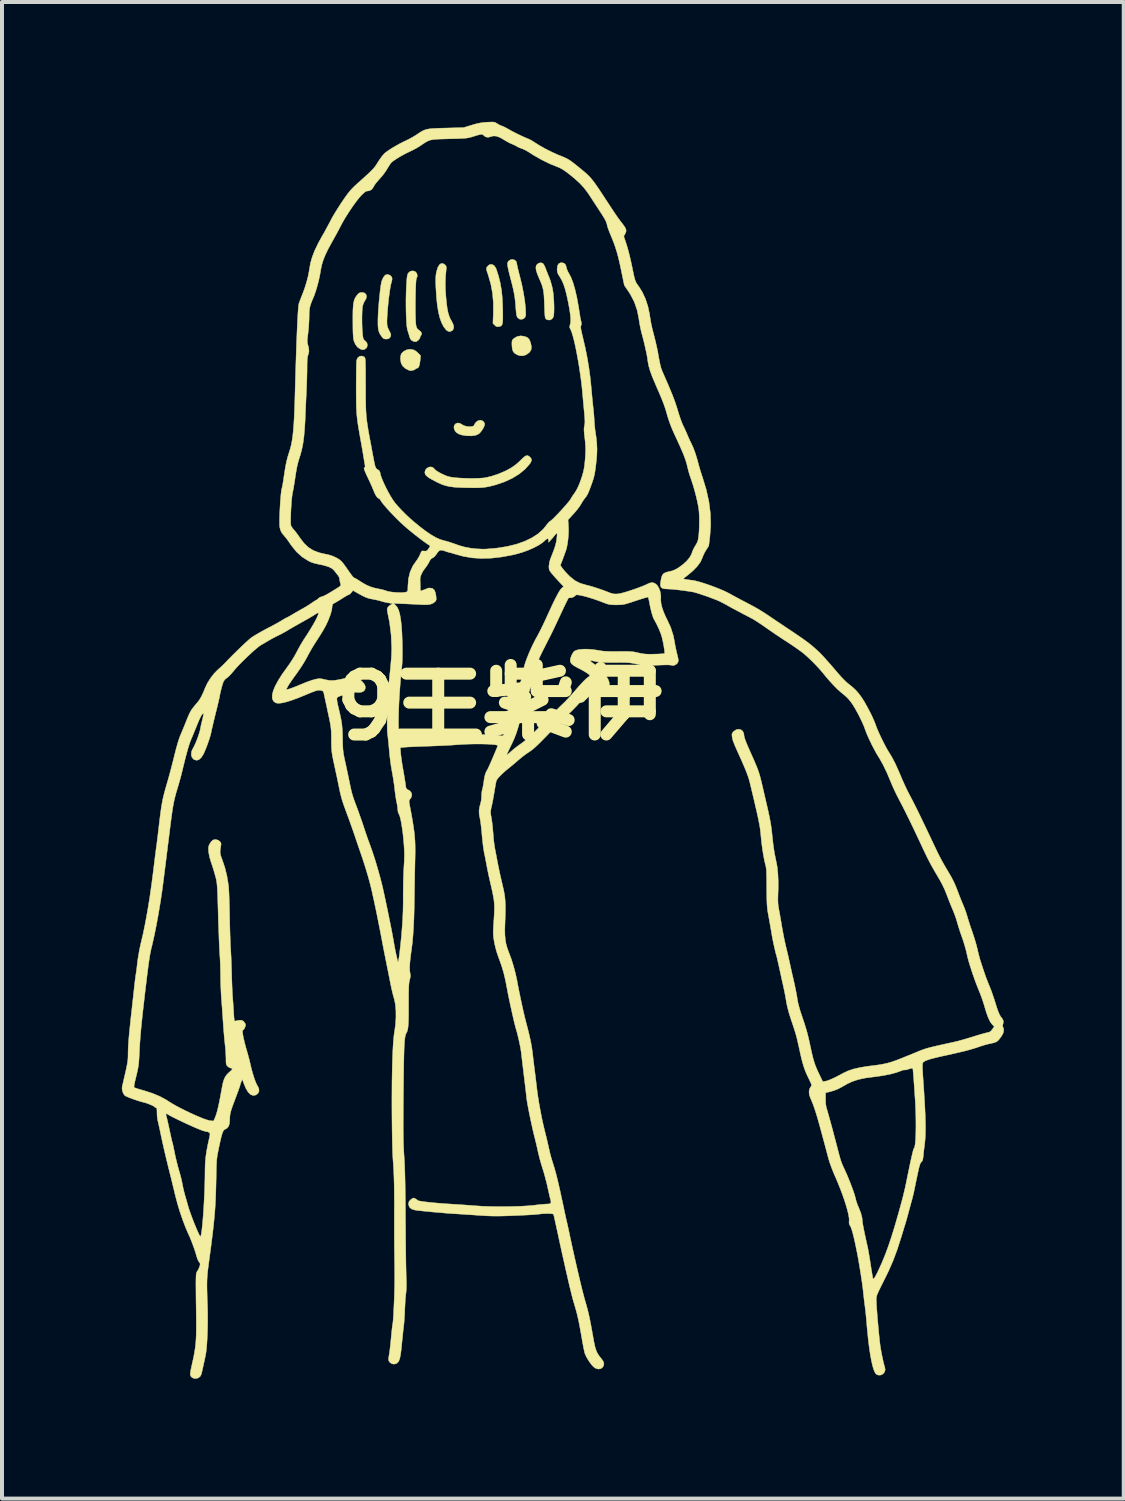
<source format=kicad_pcb>
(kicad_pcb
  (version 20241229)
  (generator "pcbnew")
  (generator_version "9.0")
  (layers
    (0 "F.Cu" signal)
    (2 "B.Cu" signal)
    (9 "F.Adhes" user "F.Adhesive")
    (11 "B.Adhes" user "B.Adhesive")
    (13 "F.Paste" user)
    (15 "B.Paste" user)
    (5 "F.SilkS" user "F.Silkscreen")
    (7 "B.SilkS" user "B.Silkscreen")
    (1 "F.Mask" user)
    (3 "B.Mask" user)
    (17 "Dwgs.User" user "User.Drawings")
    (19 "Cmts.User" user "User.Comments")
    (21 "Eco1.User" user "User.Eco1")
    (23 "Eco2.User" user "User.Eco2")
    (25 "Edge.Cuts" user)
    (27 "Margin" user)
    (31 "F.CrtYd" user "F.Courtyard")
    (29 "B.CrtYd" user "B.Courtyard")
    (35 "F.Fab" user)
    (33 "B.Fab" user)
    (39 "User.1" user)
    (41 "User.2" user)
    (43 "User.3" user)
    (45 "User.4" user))
  (footprint "9王紫伊"
    (layer "F.Cu")
    (at 9.483 14.652)
    (property "Reference" "9王紫伊" (at 0 0 0) (layer "F.SilkS") (effects (font (size 1.524 1.524) (thickness 0.3))))
    (attr through_hole)
    (fp_poly (pts (xy 0.592 -9.281) (xy 0.656 -9.259) (xy 0.699 -9.229) (xy 0.73 -9.182) (xy 0.753 -9.117) (xy 0.773 -9.023) (xy 0.766 -8.948) (xy 0.73 -8.886) (xy 0.663 -8.833) (xy 0.632 -8.816) (xy 0.557 -8.792) (xy 0.481 -8.797) (xy 0.414 -8.82) (xy 0.355 -8.855) (xy 0.316 -8.899) (xy 0.295 -8.96) (xy 0.285 -9.046) (xy 0.285 -9.061) (xy 0.284 -9.125) (xy 0.288 -9.165) (xy 0.299 -9.192) (xy 0.321 -9.216) (xy 0.339 -9.231) (xy 0.419 -9.278) (xy 0.508 -9.293) (xy 0.592 -9.281)) (stroke (width 0.01) (type solid)) (fill yes) (layer "F.SilkS"))
    (fp_poly (pts (xy -2.191 -8.947) (xy -2.121 -8.912) (xy -2.055 -8.853) (xy -2.001 -8.797) (xy -2.014 -8.666) (xy -2.028 -8.575) (xy -2.047 -8.516) (xy -2.072 -8.487) (xy -2.088 -8.484) (xy -2.114 -8.473) (xy -2.133 -8.458) (xy -2.176 -8.435) (xy -2.232 -8.423) (xy -2.281 -8.425) (xy -2.286 -8.427) (xy -2.384 -8.476) (xy -2.451 -8.537) (xy -2.491 -8.613) (xy -2.506 -8.708) (xy -2.506 -8.723) (xy -2.501 -8.789) (xy -2.487 -8.839) (xy -2.481 -8.851) (xy -2.425 -8.905) (xy -2.35 -8.943) (xy -2.271 -8.958) (xy -2.27 -8.958) (xy -2.191 -8.947)) (stroke (width 0.01) (type solid)) (fill yes) (layer "F.SilkS"))
    (fp_poly (pts (xy -0.455 -7.168) (xy -0.413 -7.128) (xy -0.398 -7.095) (xy -0.4 -7.058) (xy -0.42 -7.006) (xy -0.453 -6.947) (xy -0.493 -6.892) (xy -0.534 -6.848) (xy -0.546 -6.838) (xy -0.622 -6.803) (xy -0.724 -6.788) (xy -0.851 -6.791) (xy -0.855 -6.792) (xy -0.964 -6.808) (xy -1.046 -6.835) (xy -1.105 -6.873) (xy -1.126 -6.894) (xy -1.16 -6.954) (xy -1.168 -7.011) (xy -1.153 -7.06) (xy -1.12 -7.095) (xy -1.074 -7.111) (xy -1.019 -7.104) (xy -0.965 -7.072) (xy -0.921 -7.047) (xy -0.863 -7.029) (xy -0.8 -7.02) (xy -0.741 -7.02) (xy -0.693 -7.028) (xy -0.665 -7.046) (xy -0.66 -7.059) (xy -0.65 -7.082) (xy -0.625 -7.117) (xy -0.617 -7.128) (xy -0.565 -7.168) (xy -0.508 -7.181) (xy -0.455 -7.168)) (stroke (width 0.01) (type solid)) (fill yes) (layer "F.SilkS"))
    (fp_poly (pts (xy -0.161 -11.052) (xy -0.12 -10.995) (xy -0.107 -10.964) (xy -0.051 -10.792) (xy -0.008 -10.618) (xy 0.024 -10.436) (xy 0.044 -10.238) (xy 0.054 -10.017) (xy 0.056 -9.938) (xy 0.057 -9.813) (xy 0.057 -9.717) (xy 0.053 -9.646) (xy 0.046 -9.596) (xy 0.033 -9.564) (xy 0.015 -9.543) (xy -0.011 -9.531) (xy -0.044 -9.523) (xy -0.045 -9.523) (xy -0.088 -9.521) (xy -0.124 -9.539) (xy -0.145 -9.559) (xy -0.191 -9.605) (xy -0.181 -9.849) (xy -0.18 -10.112) (xy -0.2 -10.355) (xy -0.243 -10.586) (xy -0.308 -10.813) (xy -0.318 -10.842) (xy -0.34 -10.908) (xy -0.351 -10.952) (xy -0.353 -10.981) (xy -0.345 -11.005) (xy -0.339 -11.018) (xy -0.304 -11.057) (xy -0.265 -11.079) (xy -0.21 -11.081) (xy -0.161 -11.052)) (stroke (width 0.01) (type solid)) (fill yes) (layer "F.SilkS"))
    (fp_poly (pts (xy -1.391 -11.073) (xy -1.39 -11.072) (xy -1.368 -11.047) (xy -1.358 -11.019) (xy -1.358 -10.977) (xy -1.362 -10.941) (xy -1.377 -10.777) (xy -1.383 -10.618) (xy -1.38 -10.453) (xy -1.367 -10.268) (xy -1.365 -10.244) (xy -1.35 -10.093) (xy -1.333 -9.97) (xy -1.312 -9.869) (xy -1.286 -9.785) (xy -1.254 -9.71) (xy -1.221 -9.653) (xy -1.181 -9.569) (xy -1.171 -9.5) (xy -1.191 -9.444) (xy -1.202 -9.432) (xy -1.252 -9.402) (xy -1.307 -9.404) (xy -1.359 -9.437) (xy -1.364 -9.443) (xy -1.425 -9.522) (xy -1.476 -9.621) (xy -1.52 -9.742) (xy -1.555 -9.886) (xy -1.583 -10.057) (xy -1.604 -10.256) (xy -1.618 -10.486) (xy -1.62 -10.526) (xy -1.624 -10.634) (xy -1.624 -10.717) (xy -1.621 -10.784) (xy -1.614 -10.842) (xy -1.603 -10.9) (xy -1.6 -10.912) (xy -1.57 -11.006) (xy -1.533 -11.07) (xy -1.49 -11.103) (xy -1.443 -11.105) (xy -1.391 -11.073)) (stroke (width 0.01) (type solid)) (fill yes) (layer "F.SilkS"))
    (fp_poly (pts (xy 0.354 -11.191) (xy 0.391 -11.158) (xy 0.406 -11.108) (xy 0.406 -11.106) (xy 0.411 -11.078) (xy 0.422 -11.024) (xy 0.44 -10.949) (xy 0.462 -10.86) (xy 0.483 -10.781) (xy 0.535 -10.566) (xy 0.577 -10.355) (xy 0.608 -10.154) (xy 0.627 -9.971) (xy 0.632 -9.814) (xy 0.617 -9.761) (xy 0.58 -9.723) (xy 0.53 -9.706) (xy 0.478 -9.712) (xy 0.441 -9.736) (xy 0.425 -9.753) (xy 0.413 -9.773) (xy 0.404 -9.799) (xy 0.396 -9.838) (xy 0.39 -9.896) (xy 0.383 -9.976) (xy 0.375 -10.084) (xy 0.366 -10.18) (xy 0.355 -10.268) (xy 0.34 -10.357) (xy 0.32 -10.455) (xy 0.292 -10.571) (xy 0.269 -10.66) (xy 0.234 -10.794) (xy 0.208 -10.899) (xy 0.19 -10.98) (xy 0.178 -11.041) (xy 0.174 -11.085) (xy 0.175 -11.116) (xy 0.182 -11.139) (xy 0.195 -11.158) (xy 0.204 -11.169) (xy 0.252 -11.2) (xy 0.305 -11.206) (xy 0.354 -11.191)) (stroke (width 0.01) (type solid)) (fill yes) (layer "F.SilkS"))
    (fp_poly (pts (xy 1.063 -11.104) (xy 1.071 -11.096) (xy 1.091 -11.063) (xy 1.116 -11.012) (xy 1.131 -10.973) (xy 1.155 -10.91) (xy 1.186 -10.832) (xy 1.217 -10.756) (xy 1.219 -10.753) (xy 1.247 -10.677) (xy 1.274 -10.584) (xy 1.298 -10.489) (xy 1.305 -10.452) (xy 1.318 -10.367) (xy 1.327 -10.267) (xy 1.335 -10.161) (xy 1.339 -10.053) (xy 1.34 -9.953) (xy 1.337 -9.866) (xy 1.331 -9.801) (xy 1.324 -9.767) (xy 1.288 -9.716) (xy 1.238 -9.69) (xy 1.181 -9.691) (xy 1.142 -9.71) (xy 1.131 -9.721) (xy 1.122 -9.737) (xy 1.115 -9.765) (xy 1.11 -9.808) (xy 1.106 -9.87) (xy 1.102 -9.958) (xy 1.098 -10.07) (xy 1.093 -10.201) (xy 1.087 -10.306) (xy 1.078 -10.391) (xy 1.065 -10.465) (xy 1.047 -10.534) (xy 1.021 -10.607) (xy 0.986 -10.689) (xy 0.963 -10.741) (xy 0.918 -10.85) (xy 0.892 -10.935) (xy 0.884 -11.001) (xy 0.893 -11.051) (xy 0.915 -11.083) (xy 0.963 -11.116) (xy 1.016 -11.123) (xy 1.063 -11.104)) (stroke (width 0.01) (type solid)) (fill yes) (layer "F.SilkS"))
    (fp_poly (pts (xy -2.768 -10.811) (xy -2.729 -10.771) (xy -2.724 -10.762) (xy -2.715 -10.732) (xy -2.717 -10.694) (xy -2.731 -10.638) (xy -2.74 -10.605) (xy -2.753 -10.551) (xy -2.767 -10.469) (xy -2.782 -10.367) (xy -2.797 -10.25) (xy -2.811 -10.125) (xy -2.823 -9.998) (xy -2.833 -9.877) (xy -2.84 -9.766) (xy -2.844 -9.674) (xy -2.844 -9.642) (xy -2.841 -9.569) (xy -2.83 -9.513) (xy -2.806 -9.457) (xy -2.794 -9.433) (xy -2.761 -9.369) (xy -2.746 -9.324) (xy -2.749 -9.288) (xy -2.767 -9.253) (xy -2.77 -9.249) (xy -2.801 -9.222) (xy -2.85 -9.212) (xy -2.862 -9.212) (xy -2.911 -9.217) (xy -2.946 -9.239) (xy -2.97 -9.268) (xy -3.008 -9.321) (xy -3.036 -9.372) (xy -3.054 -9.426) (xy -3.065 -9.492) (xy -3.07 -9.575) (xy -3.07 -9.685) (xy -3.07 -9.703) (xy -3.067 -9.797) (xy -3.061 -9.913) (xy -3.051 -10.044) (xy -3.04 -10.181) (xy -3.026 -10.316) (xy -3.012 -10.441) (xy -2.998 -10.547) (xy -2.986 -10.621) (xy -2.966 -10.69) (xy -2.935 -10.754) (xy -2.899 -10.802) (xy -2.873 -10.822) (xy -2.821 -10.829) (xy -2.768 -10.811)) (stroke (width 0.01) (type solid)) (fill yes) (layer "F.SilkS"))
    (fp_poly (pts (xy -3.409 -10.368) (xy -3.37 -10.334) (xy -3.355 -10.284) (xy -3.367 -10.224) (xy -3.394 -10.178) (xy -3.423 -10.126) (xy -3.447 -10.062) (xy -3.453 -10.039) (xy -3.461 -9.983) (xy -3.466 -9.9) (xy -3.469 -9.8) (xy -3.47 -9.688) (xy -3.468 -9.573) (xy -3.464 -9.463) (xy -3.457 -9.364) (xy -3.456 -9.349) (xy -3.448 -9.279) (xy -3.439 -9.233) (xy -3.426 -9.203) (xy -3.406 -9.18) (xy -3.389 -9.166) (xy -3.35 -9.126) (xy -3.336 -9.082) (xy -3.336 -9.071) (xy -3.342 -9.017) (xy -3.364 -8.982) (xy -3.398 -8.96) (xy -3.432 -8.945) (xy -3.46 -8.945) (xy -3.501 -8.958) (xy -3.505 -8.96) (xy -3.578 -9.006) (xy -3.635 -9.08) (xy -3.669 -9.16) (xy -3.679 -9.199) (xy -3.686 -9.248) (xy -3.691 -9.31) (xy -3.695 -9.392) (xy -3.697 -9.497) (xy -3.698 -9.63) (xy -3.698 -9.66) (xy -3.698 -9.813) (xy -3.696 -9.936) (xy -3.69 -10.034) (xy -3.681 -10.113) (xy -3.667 -10.175) (xy -3.647 -10.227) (xy -3.622 -10.273) (xy -3.589 -10.316) (xy -3.587 -10.319) (xy -3.549 -10.359) (xy -3.513 -10.376) (xy -3.471 -10.38) (xy -3.409 -10.368)) (stroke (width 0.01) (type solid)) (fill yes) (layer "F.SilkS"))
    (fp_poly (pts (xy -2.15 -10.909) (xy -2.118 -10.886) (xy -2.091 -10.839) (xy -2.084 -10.787) (xy -2.099 -10.744) (xy -2.104 -10.738) (xy -2.11 -10.716) (xy -2.116 -10.664) (xy -2.121 -10.588) (xy -2.125 -10.493) (xy -2.128 -10.383) (xy -2.13 -10.264) (xy -2.132 -10.14) (xy -2.132 -10.016) (xy -2.132 -9.897) (xy -2.13 -9.788) (xy -2.127 -9.693) (xy -2.123 -9.618) (xy -2.118 -9.567) (xy -2.117 -9.559) (xy -2.101 -9.501) (xy -2.081 -9.465) (xy -2.047 -9.438) (xy -2.042 -9.435) (xy -1.996 -9.397) (xy -1.975 -9.355) (xy -1.983 -9.316) (xy -1.991 -9.306) (xy -2.011 -9.273) (xy -2.015 -9.255) (xy -2.028 -9.22) (xy -2.06 -9.183) (xy -2.099 -9.154) (xy -2.129 -9.145) (xy -2.17 -9.152) (xy -2.193 -9.16) (xy -2.237 -9.187) (xy -2.266 -9.232) (xy -2.284 -9.289) (xy -2.301 -9.349) (xy -2.322 -9.415) (xy -2.328 -9.432) (xy -2.339 -9.479) (xy -2.349 -9.556) (xy -2.356 -9.657) (xy -2.362 -9.777) (xy -2.366 -9.911) (xy -2.368 -10.054) (xy -2.368 -10.202) (xy -2.365 -10.349) (xy -2.36 -10.491) (xy -2.358 -10.529) (xy -2.352 -10.638) (xy -2.346 -10.719) (xy -2.339 -10.777) (xy -2.331 -10.818) (xy -2.321 -10.846) (xy -2.309 -10.867) (xy -2.308 -10.868) (xy -2.262 -10.907) (xy -2.205 -10.921) (xy -2.15 -10.909)) (stroke (width 0.01) (type solid)) (fill yes) (layer "F.SilkS"))
    (fp_poly (pts (xy 0.724 -6.27) (xy 0.737 -6.258) (xy 0.77 -6.215) (xy 0.775 -6.173) (xy 0.755 -6.122) (xy 0.73 -6.086) (xy 0.613 -5.954) (xy 0.467 -5.834) (xy 0.294 -5.728) (xy 0.098 -5.637) (xy -0.118 -5.563) (xy -0.257 -5.527) (xy -0.33 -5.512) (xy -0.395 -5.501) (xy -0.46 -5.494) (xy -0.535 -5.49) (xy -0.627 -5.488) (xy -0.74 -5.489) (xy -0.848 -5.49) (xy -0.954 -5.493) (xy -1.048 -5.497) (xy -1.124 -5.501) (xy -1.16 -5.504) (xy -1.279 -5.52) (xy -1.378 -5.542) (xy -1.47 -5.573) (xy -1.57 -5.618) (xy -1.6 -5.633) (xy -1.705 -5.688) (xy -1.783 -5.733) (xy -1.837 -5.772) (xy -1.872 -5.806) (xy -1.89 -5.84) (xy -1.896 -5.877) (xy -1.896 -5.881) (xy -1.881 -5.936) (xy -1.841 -5.981) (xy -1.785 -6.008) (xy -1.754 -6.011) (xy -1.706 -6.004) (xy -1.669 -5.976) (xy -1.656 -5.959) (xy -1.613 -5.919) (xy -1.541 -5.874) (xy -1.462 -5.833) (xy -1.381 -5.796) (xy -1.313 -5.772) (xy -1.245 -5.756) (xy -1.162 -5.744) (xy -1.135 -5.741) (xy -1.029 -5.733) (xy -0.909 -5.727) (xy -0.784 -5.724) (xy -0.66 -5.724) (xy -0.545 -5.727) (xy -0.449 -5.733) (xy -0.38 -5.741) (xy -0.222 -5.779) (xy -0.053 -5.835) (xy 0.112 -5.905) (xy 0.144 -5.921) (xy 0.259 -5.983) (xy 0.357 -6.049) (xy 0.449 -6.126) (xy 0.535 -6.21) (xy 0.595 -6.265) (xy 0.642 -6.293) (xy 0.683 -6.294) (xy 0.724 -6.27)) (stroke (width 0.01) (type solid)) (fill yes) (layer "F.SilkS"))
    (fp_poly (pts (xy -0.159 -14.643) (xy -0.13 -14.634) (xy -0.102 -14.618) (xy -0.089 -14.609) (xy -0.034 -14.577) (xy 0.024 -14.551) (xy 0.036 -14.547) (xy 0.083 -14.528) (xy 0.144 -14.497) (xy 0.197 -14.468) (xy 0.264 -14.429) (xy 0.349 -14.385) (xy 0.443 -14.338) (xy 0.535 -14.294) (xy 0.617 -14.257) (xy 0.679 -14.232) (xy 0.681 -14.231) (xy 0.729 -14.21) (xy 0.79 -14.176) (xy 0.842 -14.143) (xy 0.977 -14.058) (xy 1.128 -13.973) (xy 1.283 -13.895) (xy 1.428 -13.83) (xy 1.456 -13.818) (xy 1.545 -13.783) (xy 1.614 -13.753) (xy 1.671 -13.725) (xy 1.724 -13.694) (xy 1.78 -13.655) (xy 1.847 -13.604) (xy 1.93 -13.537) (xy 2.019 -13.465) (xy 2.092 -13.405) (xy 2.155 -13.35) (xy 2.21 -13.297) (xy 2.261 -13.242) (xy 2.311 -13.181) (xy 2.365 -13.109) (xy 2.425 -13.023) (xy 2.496 -12.918) (xy 2.58 -12.79) (xy 2.611 -12.742) (xy 2.698 -12.61) (xy 2.768 -12.503) (xy 2.825 -12.417) (xy 2.871 -12.348) (xy 2.909 -12.293) (xy 2.94 -12.248) (xy 2.969 -12.209) (xy 2.996 -12.173) (xy 3.024 -12.136) (xy 3.04 -12.116) (xy 3.095 -12.042) (xy 3.129 -11.987) (xy 3.144 -11.942) (xy 3.142 -11.902) (xy 3.125 -11.86) (xy 3.12 -11.85) (xy 3.085 -11.786) (xy 3.151 -11.589) (xy 3.176 -11.507) (xy 3.205 -11.402) (xy 3.235 -11.282) (xy 3.264 -11.158) (xy 3.287 -11.051) (xy 3.313 -10.926) (xy 3.333 -10.829) (xy 3.35 -10.755) (xy 3.366 -10.699) (xy 3.381 -10.656) (xy 3.398 -10.621) (xy 3.418 -10.589) (xy 3.443 -10.554) (xy 3.457 -10.536) (xy 3.548 -10.392) (xy 3.626 -10.224) (xy 3.688 -10.037) (xy 3.731 -9.839) (xy 3.741 -9.771) (xy 3.756 -9.675) (xy 3.776 -9.569) (xy 3.798 -9.473) (xy 3.802 -9.457) (xy 3.846 -9.287) (xy 3.882 -9.142) (xy 3.911 -9.014) (xy 3.936 -8.895) (xy 3.956 -8.778) (xy 3.962 -8.747) (xy 3.979 -8.655) (xy 3.999 -8.564) (xy 4.019 -8.487) (xy 4.038 -8.434) (xy 4.057 -8.389) (xy 4.087 -8.32) (xy 4.125 -8.233) (xy 4.168 -8.134) (xy 4.214 -8.029) (xy 4.222 -8.009) (xy 4.301 -7.818) (xy 4.37 -7.635) (xy 4.425 -7.468) (xy 4.437 -7.425) (xy 4.468 -7.324) (xy 4.502 -7.222) (xy 4.536 -7.129) (xy 4.567 -7.056) (xy 4.575 -7.039) (xy 4.611 -6.965) (xy 4.645 -6.89) (xy 4.672 -6.828) (xy 4.675 -6.819) (xy 4.703 -6.754) (xy 4.737 -6.679) (xy 4.762 -6.629) (xy 4.826 -6.49) (xy 4.881 -6.341) (xy 4.932 -6.171) (xy 4.945 -6.121) (xy 4.972 -6.021) (xy 5.005 -5.909) (xy 5.039 -5.803) (xy 5.053 -5.761) (xy 5.151 -5.442) (xy 5.218 -5.135) (xy 5.255 -4.837) (xy 5.262 -4.544) (xy 5.241 -4.259) (xy 5.231 -4.18) (xy 5.223 -4.113) (xy 5.217 -4.066) (xy 5.215 -4.045) (xy 5.215 -4.045) (xy 5.207 -4.027) (xy 5.184 -3.988) (xy 5.152 -3.938) (xy 5.15 -3.935) (xy 5.109 -3.866) (xy 5.073 -3.79) (xy 5.053 -3.737) (xy 5.006 -3.633) (xy 4.929 -3.526) (xy 4.821 -3.414) (xy 4.719 -3.327) (xy 4.571 -3.209) (xy 4.626 -3.197) (xy 4.673 -3.189) (xy 4.738 -3.18) (xy 4.792 -3.174) (xy 4.869 -3.161) (xy 4.969 -3.135) (xy 5.086 -3.1) (xy 5.214 -3.057) (xy 5.345 -3.009) (xy 5.473 -2.959) (xy 5.591 -2.909) (xy 5.692 -2.861) (xy 5.749 -2.83) (xy 5.814 -2.794) (xy 5.894 -2.75) (xy 5.973 -2.708) (xy 5.986 -2.701) (xy 6.133 -2.624) (xy 6.254 -2.56) (xy 6.355 -2.506) (xy 6.44 -2.458) (xy 6.514 -2.414) (xy 6.581 -2.372) (xy 6.647 -2.329) (xy 6.689 -2.301) (xy 6.769 -2.247) (xy 6.868 -2.18) (xy 6.977 -2.107) (xy 7.086 -2.034) (xy 7.163 -1.982) (xy 7.309 -1.885) (xy 7.43 -1.803) (xy 7.531 -1.734) (xy 7.615 -1.674) (xy 7.686 -1.622) (xy 7.748 -1.574) (xy 7.806 -1.527) (xy 7.862 -1.478) (xy 7.882 -1.46) (xy 7.931 -1.416) (xy 7.977 -1.372) (xy 8.024 -1.326) (xy 8.074 -1.273) (xy 8.132 -1.21) (xy 8.2 -1.133) (xy 8.281 -1.041) (xy 8.379 -0.927) (xy 8.455 -0.838) (xy 8.521 -0.764) (xy 8.588 -0.693) (xy 8.649 -0.633) (xy 8.697 -0.59) (xy 8.705 -0.584) (xy 8.804 -0.505) (xy 8.883 -0.433) (xy 8.952 -0.358) (xy 9.018 -0.27) (xy 9.042 -0.237) (xy 9.103 -0.141) (xy 9.168 -0.027) (xy 9.234 0.096) (xy 9.296 0.22) (xy 9.349 0.337) (xy 9.389 0.437) (xy 9.399 0.466) (xy 9.422 0.529) (xy 9.458 0.613) (xy 9.503 0.712) (xy 9.553 0.816) (xy 9.604 0.918) (xy 9.653 1.011) (xy 9.695 1.086) (xy 9.72 1.126) (xy 9.797 1.252) (xy 9.879 1.409) (xy 9.965 1.598) (xy 10.017 1.72) (xy 10.063 1.829) (xy 10.115 1.944) (xy 10.168 2.056) (xy 10.215 2.153) (xy 10.232 2.184) (xy 10.298 2.309) (xy 10.367 2.445) (xy 10.443 2.596) (xy 10.526 2.768) (xy 10.62 2.963) (xy 10.693 3.116) (xy 10.746 3.228) (xy 10.802 3.346) (xy 10.856 3.461) (xy 10.905 3.563) (xy 10.938 3.633) (xy 10.986 3.729) (xy 11.045 3.841) (xy 11.107 3.952) (xy 11.163 4.047) (xy 11.231 4.162) (xy 11.285 4.255) (xy 11.328 4.337) (xy 11.366 4.415) (xy 11.401 4.497) (xy 11.438 4.592) (xy 11.455 4.636) (xy 11.49 4.729) (xy 11.529 4.827) (xy 11.565 4.915) (xy 11.589 4.97) (xy 11.623 5.055) (xy 11.657 5.151) (xy 11.684 5.237) (xy 11.685 5.241) (xy 11.704 5.306) (xy 11.732 5.394) (xy 11.764 5.494) (xy 11.799 5.595) (xy 11.811 5.63) (xy 11.846 5.734) (xy 11.88 5.843) (xy 11.91 5.946) (xy 11.932 6.032) (xy 11.937 6.052) (xy 11.957 6.14) (xy 11.98 6.229) (xy 12.001 6.307) (xy 12.008 6.332) (xy 12.065 6.508) (xy 12.115 6.657) (xy 12.16 6.785) (xy 12.203 6.896) (xy 12.227 6.954) (xy 12.255 7.023) (xy 12.281 7.088) (xy 12.305 7.155) (xy 12.331 7.23) (xy 12.361 7.319) (xy 12.396 7.43) (xy 12.428 7.532) (xy 12.461 7.627) (xy 12.494 7.704) (xy 12.525 7.755) (xy 12.529 7.761) (xy 12.572 7.817) (xy 12.59 7.865) (xy 12.587 7.914) (xy 12.58 7.937) (xy 12.57 7.984) (xy 12.577 8.012) (xy 12.58 8.014) (xy 12.592 8.043) (xy 12.598 8.088) (xy 12.598 8.099) (xy 12.593 8.143) (xy 12.573 8.191) (xy 12.536 8.252) (xy 12.521 8.272) (xy 12.482 8.325) (xy 12.447 8.362) (xy 12.408 8.387) (xy 12.356 8.406) (xy 12.284 8.424) (xy 12.234 8.434) (xy 12.169 8.449) (xy 12.088 8.473) (xy 12.005 8.499) (xy 11.989 8.505) (xy 11.91 8.532) (xy 11.829 8.557) (xy 11.74 8.583) (xy 11.64 8.61) (xy 11.523 8.638) (xy 11.386 8.67) (xy 11.225 8.707) (xy 11.047 8.745) (xy 10.898 8.78) (xy 10.78 8.81) (xy 10.69 8.839) (xy 10.627 8.865) (xy 10.587 8.891) (xy 10.571 8.913) (xy 10.565 8.947) (xy 10.564 9.014) (xy 10.568 9.112) (xy 10.575 9.24) (xy 10.576 9.254) (xy 10.596 9.536) (xy 10.611 9.788) (xy 10.624 10.01) (xy 10.633 10.205) (xy 10.638 10.377) (xy 10.64 10.527) (xy 10.639 10.657) (xy 10.635 10.77) (xy 10.627 10.869) (xy 10.62 10.93) (xy 10.609 11.022) (xy 10.597 11.12) (xy 10.588 11.207) (xy 10.586 11.233) (xy 10.577 11.304) (xy 10.567 11.35) (xy 10.552 11.379) (xy 10.536 11.393) (xy 10.522 11.409) (xy 10.508 11.436) (xy 10.493 11.479) (xy 10.476 11.542) (xy 10.456 11.63) (xy 10.433 11.735) (xy 10.412 11.838) (xy 10.392 11.935) (xy 10.375 12.018) (xy 10.362 12.081) (xy 10.355 12.116) (xy 10.346 12.158) (xy 10.33 12.224) (xy 10.31 12.305) (xy 10.286 12.392) (xy 10.285 12.395) (xy 10.259 12.491) (xy 10.232 12.591) (xy 10.208 12.681) (xy 10.191 12.742) (xy 10.17 12.821) (xy 10.146 12.902) (xy 10.127 12.967) (xy 10.125 12.971) (xy 10.109 13.022) (xy 10.087 13.096) (xy 10.06 13.185) (xy 10.031 13.279) (xy 10.024 13.301) (xy 9.93 13.593) (xy 9.829 13.863) (xy 9.717 14.12) (xy 9.638 14.283) (xy 9.575 14.409) (xy 9.525 14.508) (xy 9.487 14.586) (xy 9.459 14.644) (xy 9.44 14.689) (xy 9.426 14.723) (xy 9.418 14.75) (xy 9.413 14.775) (xy 9.409 14.801) (xy 9.409 14.804) (xy 9.408 14.841) (xy 9.41 14.907) (xy 9.415 14.998) (xy 9.423 15.108) (xy 9.432 15.233) (xy 9.443 15.369) (xy 9.456 15.51) (xy 9.469 15.652) (xy 9.483 15.791) (xy 9.497 15.921) (xy 9.5 15.943) (xy 9.511 16.023) (xy 9.527 16.117) (xy 9.546 16.219) (xy 9.567 16.319) (xy 9.587 16.41) (xy 9.606 16.484) (xy 9.621 16.531) (xy 9.631 16.596) (xy 9.614 16.654) (xy 9.576 16.699) (xy 9.524 16.727) (xy 9.463 16.73) (xy 9.417 16.714) (xy 9.384 16.68) (xy 9.352 16.613) (xy 9.32 16.514) (xy 9.29 16.386) (xy 9.26 16.228) (xy 9.232 16.042) (xy 9.206 15.83) (xy 9.182 15.593) (xy 9.169 15.444) (xy 9.16 15.337) (xy 9.15 15.233) (xy 9.141 15.141) (xy 9.132 15.068) (xy 9.127 15.028) (xy 9.119 14.966) (xy 9.108 14.884) (xy 9.098 14.794) (xy 9.093 14.749) (xy 9.076 14.591) (xy 9.054 14.423) (xy 9.028 14.249) (xy 9 14.072) (xy 8.971 13.897) (xy 8.94 13.726) (xy 8.908 13.565) (xy 8.877 13.416) (xy 8.847 13.283) (xy 8.819 13.171) (xy 8.793 13.083) (xy 8.771 13.022) (xy 8.76 13.002) (xy 8.732 12.952) (xy 8.725 12.908) (xy 8.728 12.873) (xy 8.729 12.814) (xy 8.716 12.728) (xy 8.691 12.619) (xy 8.655 12.491) (xy 8.61 12.348) (xy 8.556 12.194) (xy 8.494 12.032) (xy 8.427 11.867) (xy 8.371 11.738) (xy 8.328 11.636) (xy 8.285 11.527) (xy 8.247 11.421) (xy 8.219 11.332) (xy 8.214 11.315) (xy 8.194 11.239) (xy 8.167 11.139) (xy 8.137 11.026) (xy 8.105 10.906) (xy 8.077 10.803) (xy 8.024 10.607) (xy 7.978 10.439) (xy 7.938 10.296) (xy 7.901 10.175) (xy 7.868 10.072) (xy 7.837 9.982) (xy 7.807 9.903) (xy 7.776 9.83) (xy 7.769 9.813) (xy 8.137 9.813) (xy 8.141 9.93) (xy 8.156 10.024) (xy 8.166 10.058) (xy 8.184 10.115) (xy 8.208 10.201) (xy 8.239 10.311) (xy 8.275 10.442) (xy 8.315 10.589) (xy 8.357 10.749) (xy 8.401 10.916) (xy 8.427 11.015) (xy 8.458 11.135) (xy 8.483 11.229) (xy 8.503 11.302) (xy 8.522 11.362) (xy 8.54 11.413) (xy 8.56 11.463) (xy 8.585 11.518) (xy 8.615 11.584) (xy 8.619 11.592) (xy 8.665 11.693) (xy 8.712 11.805) (xy 8.759 11.922) (xy 8.802 12.036) (xy 8.84 12.141) (xy 8.869 12.231) (xy 8.887 12.298) (xy 8.89 12.309) (xy 8.905 12.369) (xy 8.931 12.445) (xy 8.961 12.52) (xy 8.965 12.528) (xy 9.02 12.666) (xy 9.051 12.784) (xy 9.059 12.867) (xy 9.063 12.905) (xy 9.074 12.972) (xy 9.091 13.062) (xy 9.113 13.17) (xy 9.139 13.292) (xy 9.168 13.424) (xy 9.187 13.504) (xy 9.197 13.553) (xy 9.211 13.628) (xy 9.227 13.722) (xy 9.245 13.828) (xy 9.262 13.939) (xy 9.263 13.945) (xy 9.279 14.049) (xy 9.294 14.142) (xy 9.307 14.219) (xy 9.317 14.275) (xy 9.322 14.304) (xy 9.323 14.306) (xy 9.332 14.32) (xy 9.347 14.314) (xy 9.369 14.286) (xy 9.399 14.232) (xy 9.44 14.152) (xy 9.467 14.095) (xy 9.551 13.91) (xy 9.631 13.714) (xy 9.71 13.501) (xy 9.788 13.268) (xy 9.868 13.01) (xy 9.95 12.724) (xy 9.971 12.649) (xy 9.991 12.578) (xy 10.016 12.487) (xy 10.042 12.392) (xy 10.058 12.332) (xy 10.082 12.24) (xy 10.109 12.129) (xy 10.136 12.012) (xy 10.159 11.903) (xy 10.159 11.901) (xy 10.201 11.695) (xy 10.237 11.522) (xy 10.267 11.378) (xy 10.293 11.263) (xy 10.314 11.174) (xy 10.33 11.11) (xy 10.343 11.069) (xy 10.352 11.05) (xy 10.354 11.049) (xy 10.367 11.021) (xy 10.379 10.963) (xy 10.388 10.878) (xy 10.395 10.77) (xy 10.399 10.643) (xy 10.401 10.5) (xy 10.4 10.345) (xy 10.397 10.181) (xy 10.391 10.013) (xy 10.382 9.843) (xy 10.379 9.804) (xy 10.366 9.603) (xy 10.354 9.435) (xy 10.344 9.298) (xy 10.336 9.192) (xy 10.329 9.115) (xy 10.324 9.066) (xy 10.32 9.045) (xy 10.319 9.044) (xy 10.3 9.044) (xy 10.259 9.054) (xy 10.219 9.067) (xy 10.167 9.083) (xy 10.129 9.09) (xy 10.115 9.088) (xy 10.095 9.088) (xy 10.056 9.099) (xy 10.044 9.104) (xy 9.914 9.152) (xy 9.758 9.194) (xy 9.58 9.229) (xy 9.389 9.257) (xy 9.338 9.263) (xy 9.134 9.29) (xy 8.96 9.327) (xy 8.81 9.376) (xy 8.682 9.436) (xy 8.657 9.451) (xy 8.544 9.515) (xy 8.449 9.564) (xy 8.36 9.6) (xy 8.268 9.628) (xy 8.248 9.633) (xy 8.139 9.66) (xy 8.137 9.813) (xy 7.769 9.813) (xy 7.757 9.787) (xy 7.729 9.701) (xy 7.724 9.619) (xy 7.742 9.551) (xy 7.755 9.529) (xy 7.779 9.493) (xy 7.789 9.467) (xy 7.789 9.467) (xy 7.782 9.445) (xy 7.763 9.4) (xy 7.734 9.339) (xy 7.713 9.296) (xy 7.666 9.198) (xy 7.626 9.102) (xy 7.591 9.002) (xy 7.558 8.89) (xy 7.525 8.759) (xy 7.494 8.619) (xy 7.465 8.486) (xy 7.44 8.377) (xy 7.418 8.284) (xy 7.395 8.199) (xy 7.369 8.112) (xy 7.338 8.016) (xy 7.3 7.902) (xy 7.28 7.844) (xy 7.227 7.679) (xy 7.187 7.531) (xy 7.16 7.408) (xy 7.155 7.377) (xy 7.14 7.284) (xy 7.119 7.174) (xy 7.097 7.065) (xy 7.085 7.01) (xy 7.066 6.924) (xy 7.047 6.843) (xy 7.033 6.776) (xy 7.025 6.739) (xy 6.993 6.593) (xy 6.965 6.465) (xy 6.941 6.359) (xy 6.922 6.278) (xy 6.909 6.224) (xy 6.902 6.2) (xy 6.902 6.2) (xy 6.895 6.179) (xy 6.883 6.132) (xy 6.868 6.067) (xy 6.851 5.992) (xy 6.834 5.913) (xy 6.818 5.838) (xy 6.806 5.774) (xy 6.798 5.732) (xy 6.789 5.677) (xy 6.775 5.596) (xy 6.757 5.494) (xy 6.737 5.379) (xy 6.715 5.256) (xy 6.695 5.148) (xy 6.685 5.087) (xy 6.678 5.02) (xy 6.672 4.942) (xy 6.668 4.848) (xy 6.666 4.732) (xy 6.664 4.589) (xy 6.664 4.521) (xy 6.663 4.375) (xy 6.662 4.258) (xy 6.659 4.166) (xy 6.656 4.094) (xy 6.651 4.038) (xy 6.644 3.994) (xy 6.635 3.956) (xy 6.634 3.954) (xy 6.608 3.847) (xy 6.583 3.715) (xy 6.559 3.567) (xy 6.538 3.411) (xy 6.522 3.256) (xy 6.519 3.227) (xy 6.514 3.166) (xy 6.507 3.106) (xy 6.499 3.043) (xy 6.488 2.976) (xy 6.474 2.9) (xy 6.457 2.812) (xy 6.435 2.71) (xy 6.408 2.59) (xy 6.375 2.45) (xy 6.337 2.285) (xy 6.291 2.093) (xy 6.248 1.913) (xy 6.229 1.839) (xy 6.206 1.763) (xy 6.176 1.68) (xy 6.14 1.585) (xy 6.093 1.474) (xy 6.036 1.342) (xy 5.965 1.185) (xy 5.912 1.067) (xy 5.871 0.974) (xy 5.842 0.902) (xy 5.821 0.845) (xy 5.808 0.799) (xy 5.8 0.76) (xy 5.799 0.75) (xy 5.793 0.696) (xy 5.798 0.662) (xy 5.817 0.633) (xy 5.839 0.61) (xy 5.899 0.569) (xy 5.961 0.556) (xy 6.018 0.569) (xy 6.064 0.605) (xy 6.091 0.663) (xy 6.096 0.706) (xy 6.101 0.742) (xy 6.116 0.795) (xy 6.143 0.868) (xy 6.182 0.964) (xy 6.236 1.086) (xy 6.25 1.119) (xy 6.314 1.261) (xy 6.365 1.378) (xy 6.406 1.475) (xy 6.439 1.559) (xy 6.466 1.636) (xy 6.489 1.71) (xy 6.51 1.788) (xy 6.532 1.875) (xy 6.553 1.964) (xy 6.579 2.076) (xy 6.609 2.208) (xy 6.642 2.349) (xy 6.674 2.487) (xy 6.696 2.582) (xy 6.737 2.773) (xy 6.768 2.943) (xy 6.79 3.104) (xy 6.799 3.192) (xy 6.826 3.439) (xy 6.858 3.656) (xy 6.895 3.84) (xy 6.9 3.861) (xy 6.927 4.001) (xy 6.944 4.169) (xy 6.953 4.358) (xy 6.952 4.563) (xy 6.95 4.617) (xy 6.946 4.736) (xy 6.945 4.83) (xy 6.947 4.905) (xy 6.953 4.97) (xy 6.962 5.033) (xy 6.965 5.049) (xy 6.978 5.114) (xy 6.994 5.203) (xy 7.012 5.307) (xy 7.031 5.418) (xy 7.044 5.495) (xy 7.065 5.612) (xy 7.088 5.735) (xy 7.112 5.853) (xy 7.135 5.955) (xy 7.146 6.003) (xy 7.17 6.102) (xy 7.198 6.219) (xy 7.225 6.339) (xy 7.248 6.443) (xy 7.269 6.539) (xy 7.289 6.632) (xy 7.308 6.714) (xy 7.322 6.774) (xy 7.324 6.782) (xy 7.361 6.945) (xy 7.394 7.104) (xy 7.421 7.248) (xy 7.433 7.329) (xy 7.448 7.404) (xy 7.472 7.501) (xy 7.504 7.612) (xy 7.542 7.726) (xy 7.545 7.736) (xy 7.599 7.896) (xy 7.643 8.035) (xy 7.679 8.161) (xy 7.71 8.284) (xy 7.73 8.374) (xy 7.763 8.525) (xy 7.79 8.649) (xy 7.814 8.751) (xy 7.836 8.834) (xy 7.858 8.906) (xy 7.88 8.971) (xy 7.906 9.034) (xy 7.935 9.102) (xy 7.971 9.178) (xy 7.977 9.19) (xy 8.067 9.38) (xy 8.136 9.37) (xy 8.198 9.353) (xy 8.287 9.317) (xy 8.4 9.264) (xy 8.534 9.193) (xy 8.59 9.163) (xy 8.7 9.111) (xy 8.832 9.067) (xy 8.988 9.03) (xy 9.173 8.999) (xy 9.297 8.983) (xy 9.446 8.964) (xy 9.572 8.943) (xy 9.685 8.918) (xy 9.795 8.887) (xy 9.914 8.845) (xy 10.052 8.791) (xy 10.066 8.785) (xy 10.172 8.742) (xy 10.282 8.698) (xy 10.384 8.656) (xy 10.471 8.62) (xy 10.516 8.602) (xy 10.568 8.582) (xy 10.626 8.562) (xy 10.692 8.542) (xy 10.771 8.521) (xy 10.866 8.498) (xy 10.982 8.471) (xy 11.123 8.44) (xy 11.292 8.403) (xy 11.32 8.397) (xy 11.452 8.366) (xy 11.611 8.322) (xy 11.8 8.265) (xy 11.887 8.238) (xy 11.977 8.21) (xy 12.061 8.186) (xy 12.132 8.166) (xy 12.182 8.155) (xy 12.189 8.153) (xy 12.241 8.14) (xy 12.279 8.113) (xy 12.312 8.072) (xy 12.362 8.003) (xy 12.312 7.951) (xy 12.261 7.883) (xy 12.212 7.782) (xy 12.164 7.648) (xy 12.142 7.578) (xy 12.107 7.458) (xy 12.075 7.358) (xy 12.042 7.263) (xy 12.003 7.161) (xy 11.959 7.053) (xy 11.892 6.882) (xy 11.824 6.689) (xy 11.753 6.47) (xy 11.729 6.392) (xy 11.714 6.337) (xy 11.694 6.261) (xy 11.675 6.178) (xy 11.667 6.14) (xy 11.646 6.059) (xy 11.618 5.958) (xy 11.584 5.851) (xy 11.55 5.75) (xy 11.548 5.746) (xy 11.514 5.65) (xy 11.482 5.551) (xy 11.454 5.461) (xy 11.433 5.39) (xy 11.432 5.384) (xy 11.41 5.31) (xy 11.378 5.218) (xy 11.342 5.124) (xy 11.32 5.072) (xy 11.282 4.98) (xy 11.238 4.872) (xy 11.195 4.762) (xy 11.168 4.689) (xy 11.121 4.573) (xy 11.064 4.453) (xy 10.992 4.319) (xy 10.923 4.202) (xy 10.871 4.114) (xy 10.824 4.032) (xy 10.78 3.953) (xy 10.737 3.872) (xy 10.691 3.782) (xy 10.641 3.68) (xy 10.584 3.561) (xy 10.518 3.419) (xy 10.459 3.294) (xy 10.387 3.14) (xy 10.31 2.979) (xy 10.231 2.817) (xy 10.154 2.66) (xy 10.081 2.514) (xy 10.015 2.387) (xy 9.961 2.284) (xy 9.916 2.196) (xy 9.865 2.09) (xy 9.815 1.979) (xy 9.772 1.878) (xy 9.676 1.65) (xy 9.582 1.454) (xy 9.49 1.288) (xy 9.46 1.242) (xy 9.406 1.152) (xy 9.348 1.044) (xy 9.288 0.928) (xy 9.232 0.811) (xy 9.183 0.703) (xy 9.146 0.61) (xy 9.133 0.574) (xy 9.101 0.486) (xy 9.055 0.38) (xy 8.999 0.263) (xy 8.938 0.145) (xy 8.877 0.036) (xy 8.821 -0.056) (xy 8.801 -0.085) (xy 8.757 -0.145) (xy 8.716 -0.195) (xy 8.672 -0.241) (xy 8.618 -0.29) (xy 8.545 -0.35) (xy 8.515 -0.375) (xy 8.439 -0.442) (xy 8.35 -0.532) (xy 8.249 -0.641) (xy 8.143 -0.764) (xy 8.069 -0.855) (xy 7.991 -0.946) (xy 7.899 -1.046) (xy 7.799 -1.147) (xy 7.7 -1.242) (xy 7.609 -1.323) (xy 7.561 -1.363) (xy 7.499 -1.408) (xy 7.418 -1.466) (xy 7.324 -1.531) (xy 7.227 -1.596) (xy 7.171 -1.633) (xy 7.081 -1.691) (xy 6.994 -1.749) (xy 6.915 -1.801) (xy 6.854 -1.842) (xy 6.824 -1.863) (xy 6.695 -1.952) (xy 6.591 -2.025) (xy 6.506 -2.083) (xy 6.436 -2.129) (xy 6.38 -2.165) (xy 6.331 -2.195) (xy 6.286 -2.22) (xy 6.243 -2.243) (xy 6.241 -2.244) (xy 6.087 -2.324) (xy 5.938 -2.403) (xy 5.801 -2.476) (xy 5.683 -2.541) (xy 5.635 -2.568) (xy 5.562 -2.607) (xy 5.488 -2.645) (xy 5.425 -2.673) (xy 5.415 -2.677) (xy 5.314 -2.716) (xy 5.207 -2.756) (xy 5.1 -2.793) (xy 4.999 -2.827) (xy 4.912 -2.855) (xy 4.846 -2.873) (xy 4.818 -2.88) (xy 4.71 -2.897) (xy 4.592 -2.914) (xy 4.473 -2.929) (xy 4.361 -2.942) (xy 4.264 -2.95) (xy 4.192 -2.954) (xy 4.189 -2.954) (xy 4.108 -2.958) (xy 4.051 -2.972) (xy 4.017 -3) (xy 4.002 -3.046) (xy 4.005 -3.115) (xy 4.022 -3.21) (xy 4.027 -3.232) (xy 4.047 -3.294) (xy 4.078 -3.336) (xy 4.128 -3.366) (xy 4.203 -3.387) (xy 4.226 -3.392) (xy 4.308 -3.412) (xy 4.381 -3.443) (xy 4.462 -3.491) (xy 4.466 -3.494) (xy 4.573 -3.573) (xy 4.663 -3.657) (xy 4.734 -3.742) (xy 4.779 -3.821) (xy 4.791 -3.855) (xy 4.811 -3.912) (xy 4.844 -3.981) (xy 4.879 -4.041) (xy 4.913 -4.098) (xy 4.935 -4.146) (xy 4.949 -4.2) (xy 4.959 -4.271) (xy 4.962 -4.295) (xy 4.971 -4.403) (xy 4.976 -4.526) (xy 4.977 -4.653) (xy 4.976 -4.775) (xy 4.97 -4.884) (xy 4.962 -4.97) (xy 4.96 -4.978) (xy 4.937 -5.102) (xy 4.905 -5.245) (xy 4.866 -5.395) (xy 4.825 -5.54) (xy 4.783 -5.669) (xy 4.777 -5.687) (xy 4.746 -5.777) (xy 4.717 -5.87) (xy 4.694 -5.954) (xy 4.684 -5.996) (xy 4.669 -6.06) (xy 4.652 -6.122) (xy 4.632 -6.185) (xy 4.608 -6.254) (xy 4.578 -6.332) (xy 4.539 -6.423) (xy 4.492 -6.531) (xy 4.433 -6.66) (xy 4.362 -6.813) (xy 4.326 -6.892) (xy 4.281 -6.996) (xy 4.235 -7.117) (xy 4.194 -7.24) (xy 4.172 -7.315) (xy 4.15 -7.392) (xy 4.128 -7.464) (xy 4.104 -7.536) (xy 4.076 -7.613) (xy 4.042 -7.699) (xy 4 -7.801) (xy 3.948 -7.921) (xy 3.885 -8.066) (xy 3.862 -8.12) (xy 3.796 -8.277) (xy 3.747 -8.412) (xy 3.712 -8.532) (xy 3.69 -8.643) (xy 3.683 -8.695) (xy 3.673 -8.762) (xy 3.656 -8.855) (xy 3.631 -8.968) (xy 3.602 -9.095) (xy 3.569 -9.228) (xy 3.533 -9.363) (xy 3.53 -9.373) (xy 3.51 -9.459) (xy 3.489 -9.562) (xy 3.471 -9.665) (xy 3.465 -9.711) (xy 3.421 -9.934) (xy 3.351 -10.138) (xy 3.253 -10.328) (xy 3.209 -10.397) (xy 3.099 -10.558) (xy 3.022 -10.93) (xy 2.984 -11.109) (xy 2.948 -11.262) (xy 2.911 -11.397) (xy 2.871 -11.524) (xy 2.826 -11.649) (xy 2.772 -11.782) (xy 2.757 -11.819) (xy 2.723 -11.901) (xy 2.694 -11.979) (xy 2.673 -12.045) (xy 2.664 -12.087) (xy 2.654 -12.125) (xy 2.633 -12.173) (xy 2.599 -12.237) (xy 2.548 -12.319) (xy 2.49 -12.409) (xy 2.432 -12.497) (xy 2.378 -12.58) (xy 2.33 -12.653) (xy 2.294 -12.708) (xy 2.278 -12.734) (xy 2.182 -12.879) (xy 2.086 -13.004) (xy 1.982 -13.116) (xy 1.86 -13.227) (xy 1.78 -13.293) (xy 1.678 -13.374) (xy 1.595 -13.434) (xy 1.528 -13.476) (xy 1.471 -13.505) (xy 1.449 -13.514) (xy 1.242 -13.597) (xy 1.028 -13.702) (xy 0.821 -13.82) (xy 0.711 -13.891) (xy 0.646 -13.93) (xy 0.576 -13.964) (xy 0.534 -13.981) (xy 0.475 -14.003) (xy 0.424 -14.027) (xy 0.406 -14.038) (xy 0.365 -14.061) (xy 0.309 -14.087) (xy 0.284 -14.097) (xy 0.229 -14.121) (xy 0.161 -14.158) (xy 0.093 -14.198) (xy 0.091 -14.199) (xy -0.011 -14.258) (xy -0.097 -14.291) (xy -0.17 -14.299) (xy -0.235 -14.284) (xy -0.239 -14.282) (xy -0.312 -14.263) (xy -0.376 -14.275) (xy -0.419 -14.309) (xy -0.437 -14.327) (xy -0.457 -14.337) (xy -0.484 -14.339) (xy -0.526 -14.331) (xy -0.588 -14.314) (xy -0.669 -14.289) (xy -0.721 -14.273) (xy -0.766 -14.261) (xy -0.81 -14.251) (xy -0.857 -14.244) (xy -0.913 -14.239) (xy -0.984 -14.235) (xy -1.074 -14.231) (xy -1.189 -14.228) (xy -1.287 -14.226) (xy -1.426 -14.222) (xy -1.537 -14.219) (xy -1.625 -14.214) (xy -1.694 -14.207) (xy -1.751 -14.196) (xy -1.8 -14.18) (xy -1.846 -14.158) (xy -1.896 -14.128) (xy -1.954 -14.09) (xy -2.007 -14.054) (xy -2.081 -14.007) (xy -2.17 -13.958) (xy -2.256 -13.916) (xy -2.269 -13.91) (xy -2.354 -13.869) (xy -2.445 -13.821) (xy -2.536 -13.769) (xy -2.618 -13.718) (xy -2.686 -13.672) (xy -2.731 -13.635) (xy -2.737 -13.629) (xy -2.766 -13.591) (xy -2.8 -13.538) (xy -2.82 -13.504) (xy -2.882 -13.405) (xy -2.954 -13.308) (xy -3.045 -13.204) (xy -3.06 -13.187) (xy -3.108 -13.132) (xy -3.149 -13.078) (xy -3.174 -13.035) (xy -3.175 -13.032) (xy -3.218 -12.966) (xy -3.276 -12.928) (xy -3.327 -12.92) (xy -3.359 -12.915) (xy -3.394 -12.896) (xy -3.438 -12.858) (xy -3.483 -12.814) (xy -3.542 -12.748) (xy -3.612 -12.659) (xy -3.689 -12.553) (xy -3.768 -12.438) (xy -3.844 -12.32) (xy -3.914 -12.207) (xy -3.971 -12.105) (xy -3.989 -12.071) (xy -4.024 -12.003) (xy -4.071 -11.914) (xy -4.126 -11.813) (xy -4.184 -11.708) (xy -4.228 -11.63) (xy -4.319 -11.462) (xy -4.39 -11.315) (xy -4.443 -11.181) (xy -4.48 -11.056) (xy -4.504 -10.934) (xy -4.506 -10.922) (xy -4.526 -10.805) (xy -4.554 -10.675) (xy -4.589 -10.542) (xy -4.626 -10.416) (xy -4.664 -10.308) (xy -4.68 -10.266) (xy -4.724 -10.165) (xy -4.754 -10.084) (xy -4.774 -10.015) (xy -4.785 -9.947) (xy -4.791 -9.871) (xy -4.792 -9.778) (xy -4.792 -9.776) (xy -4.795 -9.676) (xy -4.801 -9.559) (xy -4.811 -9.441) (xy -4.82 -9.359) (xy -4.832 -9.26) (xy -4.838 -9.187) (xy -4.838 -9.136) (xy -4.833 -9.099) (xy -4.829 -9.086) (xy -4.803 -8.989) (xy -4.797 -8.901) (xy -4.812 -8.83) (xy -4.815 -8.821) (xy -4.827 -8.791) (xy -4.835 -8.75) (xy -4.84 -8.692) (xy -4.843 -8.611) (xy -4.844 -8.502) (xy -4.844 -8.502) (xy -4.845 -8.396) (xy -4.848 -8.268) (xy -4.852 -8.13) (xy -4.857 -7.992) (xy -4.861 -7.891) (xy -4.868 -7.757) (xy -4.875 -7.602) (xy -4.882 -7.441) (xy -4.889 -7.287) (xy -4.893 -7.18) (xy -4.906 -6.96) (xy -4.923 -6.769) (xy -4.946 -6.6) (xy -4.976 -6.449) (xy -5.014 -6.308) (xy -5.034 -6.247) (xy -5.067 -6.138) (xy -5.097 -6.013) (xy -5.124 -5.865) (xy -5.139 -5.766) (xy -5.155 -5.66) (xy -5.171 -5.56) (xy -5.186 -5.471) (xy -5.199 -5.403) (xy -5.207 -5.368) (xy -5.216 -5.316) (xy -5.225 -5.241) (xy -5.234 -5.149) (xy -5.241 -5.045) (xy -5.248 -4.937) (xy -5.252 -4.831) (xy -5.255 -4.732) (xy -5.255 -4.647) (xy -5.253 -4.582) (xy -5.249 -4.545) (xy -5.248 -4.542) (xy -5.225 -4.501) (xy -5.19 -4.453) (xy -5.175 -4.437) (xy -5.141 -4.397) (xy -5.096 -4.338) (xy -5.047 -4.27) (xy -5.016 -4.225) (xy -4.915 -4.094) (xy -4.806 -3.993) (xy -4.683 -3.917) (xy -4.541 -3.864) (xy -4.428 -3.837) (xy -4.305 -3.811) (xy -4.206 -3.78) (xy -4.12 -3.741) (xy -4.06 -3.706) (xy -4.028 -3.685) (xy -4 -3.662) (xy -3.972 -3.634) (xy -3.94 -3.595) (xy -3.9 -3.542) (xy -3.849 -3.47) (xy -3.783 -3.375) (xy -3.782 -3.374) (xy -3.74 -3.315) (xy -3.703 -3.268) (xy -3.677 -3.24) (xy -3.668 -3.234) (xy -3.644 -3.225) (xy -3.603 -3.203) (xy -3.564 -3.178) (xy -3.448 -3.104) (xy -3.348 -3.049) (xy -3.254 -3.009) (xy -3.158 -2.98) (xy -3.084 -2.964) (xy -3.009 -2.949) (xy -2.944 -2.934) (xy -2.899 -2.921) (xy -2.883 -2.915) (xy -2.833 -2.898) (xy -2.759 -2.883) (xy -2.67 -2.872) (xy -2.577 -2.866) (xy -2.489 -2.864) (xy -2.414 -2.868) (xy -2.363 -2.878) (xy -2.341 -2.889) (xy -2.328 -2.905) (xy -2.322 -2.936) (xy -2.32 -2.988) (xy -2.32 -3.019) (xy -2.306 -3.208) (xy -2.265 -3.378) (xy -2.198 -3.529) (xy -2.126 -3.633) (xy -2.08 -3.698) (xy -2.037 -3.771) (xy -2.015 -3.818) (xy -1.993 -3.87) (xy -1.976 -3.898) (xy -1.956 -3.908) (xy -1.926 -3.906) (xy -1.915 -3.905) (xy -1.87 -3.903) (xy -1.839 -3.918) (xy -1.816 -3.944) (xy -1.781 -3.995) (xy -1.765 -4.03) (xy -1.771 -4.047) (xy -1.775 -4.047) (xy -1.796 -4.057) (xy -1.84 -4.086) (xy -1.901 -4.129) (xy -1.976 -4.184) (xy -2.06 -4.248) (xy -2.148 -4.317) (xy -2.238 -4.389) (xy -2.323 -4.459) (xy -2.328 -4.463) (xy -2.415 -4.539) (xy -2.508 -4.625) (xy -2.604 -4.718) (xy -2.697 -4.814) (xy -2.786 -4.908) (xy -2.866 -4.996) (xy -2.933 -5.076) (xy -2.983 -5.141) (xy -3.013 -5.189) (xy -3.018 -5.2) (xy -3.036 -5.215) (xy -3.048 -5.218) (xy -3.08 -5.24) (xy -3.116 -5.287) (xy -3.152 -5.354) (xy -3.175 -5.41) (xy -3.194 -5.457) (xy -3.223 -5.525) (xy -3.26 -5.608) (xy -3.301 -5.696) (xy -3.313 -5.721) (xy -3.36 -5.82) (xy -3.392 -5.893) (xy -3.411 -5.943) (xy -3.418 -5.974) (xy -3.415 -5.99) (xy -3.402 -5.994) (xy -3.402 -5.994) (xy -3.391 -6.009) (xy -3.394 -6.054) (xy -3.395 -6.058) (xy -3.404 -6.106) (xy -3.415 -6.174) (xy -3.427 -6.248) (xy -3.429 -6.257) (xy -3.439 -6.321) (xy -3.454 -6.409) (xy -3.472 -6.512) (xy -3.491 -6.62) (xy -3.502 -6.68) (xy -3.53 -6.838) (xy -3.553 -6.972) (xy -3.572 -7.089) (xy -3.586 -7.194) (xy -3.597 -7.295) (xy -3.605 -7.396) (xy -3.61 -7.504) (xy -3.613 -7.625) (xy -3.614 -7.765) (xy -3.615 -7.929) (xy -3.615 -8.018) (xy -3.614 -8.162) (xy -3.613 -8.297) (xy -3.612 -8.419) (xy -3.61 -8.523) (xy -3.608 -8.605) (xy -3.605 -8.662) (xy -3.602 -8.69) (xy -3.602 -8.69) (xy -3.572 -8.748) (xy -3.526 -8.782) (xy -3.47 -8.789) (xy -3.413 -8.766) (xy -3.412 -8.765) (xy -3.404 -8.758) (xy -3.397 -8.747) (xy -3.392 -8.729) (xy -3.388 -8.702) (xy -3.384 -8.661) (xy -3.382 -8.605) (xy -3.381 -8.529) (xy -3.379 -8.431) (xy -3.379 -8.307) (xy -3.379 -8.154) (xy -3.378 -8.041) (xy -3.378 -7.858) (xy -3.377 -7.703) (xy -3.375 -7.57) (xy -3.372 -7.454) (xy -3.366 -7.349) (xy -3.358 -7.25) (xy -3.346 -7.15) (xy -3.331 -7.045) (xy -3.312 -6.927) (xy -3.288 -6.792) (xy -3.258 -6.634) (xy -3.241 -6.545) (xy -3.223 -6.446) (xy -3.204 -6.343) (xy -3.186 -6.249) (xy -3.173 -6.182) (xy -3.156 -6.093) (xy -3.14 -6.031) (xy -3.124 -5.99) (xy -3.105 -5.963) (xy -3.08 -5.946) (xy -3.07 -5.941) (xy -3.035 -5.915) (xy -3.017 -5.874) (xy -3.013 -5.85) (xy -2.997 -5.788) (xy -2.966 -5.704) (xy -2.923 -5.605) (xy -2.872 -5.498) (xy -2.816 -5.389) (xy -2.758 -5.286) (xy -2.702 -5.194) (xy -2.65 -5.121) (xy -2.645 -5.114) (xy -2.57 -5.026) (xy -2.476 -4.926) (xy -2.373 -4.822) (xy -2.268 -4.723) (xy -2.184 -4.65) (xy -2.019 -4.514) (xy -1.872 -4.402) (xy -1.741 -4.313) (xy -1.624 -4.245) (xy -1.518 -4.197) (xy -1.421 -4.167) (xy -1.414 -4.165) (xy -1.362 -4.153) (xy -1.302 -4.135) (xy -1.228 -4.111) (xy -1.134 -4.079) (xy -1.037 -4.044) (xy -0.907 -4.007) (xy -0.757 -3.978) (xy -0.597 -3.96) (xy -0.441 -3.953) (xy -0.356 -3.955) (xy -0.083 -3.979) (xy 0.169 -4.02) (xy 0.4 -4.077) (xy 0.607 -4.15) (xy 0.789 -4.238) (xy 0.944 -4.339) (xy 1.071 -4.455) (xy 1.141 -4.543) (xy 1.18 -4.594) (xy 1.218 -4.634) (xy 1.243 -4.653) (xy 1.27 -4.673) (xy 1.315 -4.713) (xy 1.372 -4.77) (xy 1.438 -4.838) (xy 1.508 -4.913) (xy 1.577 -4.989) (xy 1.641 -5.062) (xy 1.696 -5.126) (xy 1.737 -5.178) (xy 1.758 -5.21) (xy 1.789 -5.263) (xy 1.83 -5.324) (xy 1.857 -5.361) (xy 1.903 -5.434) (xy 1.951 -5.532) (xy 1.997 -5.646) (xy 2.039 -5.767) (xy 2.073 -5.886) (xy 2.095 -5.995) (xy 2.101 -6.033) (xy 2.117 -6.19) (xy 2.126 -6.322) (xy 2.13 -6.438) (xy 2.127 -6.547) (xy 2.118 -6.657) (xy 2.109 -6.737) (xy 2.097 -6.836) (xy 2.091 -6.91) (xy 2.09 -6.965) (xy 2.094 -7.009) (xy 2.101 -7.042) (xy 2.108 -7.08) (xy 2.112 -7.125) (xy 2.111 -7.184) (xy 2.106 -7.263) (xy 2.097 -7.367) (xy 2.094 -7.4) (xy 2.084 -7.506) (xy 2.074 -7.611) (xy 2.066 -7.705) (xy 2.059 -7.78) (xy 2.057 -7.806) (xy 2.042 -7.968) (xy 2.023 -8.139) (xy 1.999 -8.316) (xy 1.972 -8.495) (xy 1.943 -8.671) (xy 1.912 -8.84) (xy 1.881 -8.998) (xy 1.849 -9.142) (xy 1.818 -9.266) (xy 1.788 -9.366) (xy 1.761 -9.439) (xy 1.749 -9.462) (xy 1.732 -9.498) (xy 1.73 -9.531) (xy 1.742 -9.577) (xy 1.744 -9.584) (xy 1.755 -9.639) (xy 1.756 -9.714) (xy 1.748 -9.813) (xy 1.731 -9.937) (xy 1.703 -10.09) (xy 1.684 -10.185) (xy 1.649 -10.343) (xy 1.615 -10.473) (xy 1.579 -10.581) (xy 1.541 -10.671) (xy 1.497 -10.75) (xy 1.488 -10.765) (xy 1.449 -10.826) (xy 1.428 -10.872) (xy 1.418 -10.914) (xy 1.416 -10.962) (xy 1.416 -10.969) (xy 1.427 -11.047) (xy 1.454 -11.098) (xy 1.501 -11.122) (xy 1.532 -11.125) (xy 1.591 -11.111) (xy 1.631 -11.069) (xy 1.65 -11.004) (xy 1.65 -11.004) (xy 1.662 -10.958) (xy 1.687 -10.9) (xy 1.708 -10.864) (xy 1.764 -10.757) (xy 1.816 -10.621) (xy 1.865 -10.453) (xy 1.911 -10.253) (xy 1.953 -10.021) (xy 1.982 -9.838) (xy 1.993 -9.766) (xy 2.006 -9.699) (xy 2.018 -9.651) (xy 2.018 -9.65) (xy 2.027 -9.595) (xy 2.017 -9.553) (xy 2.016 -9.552) (xy 2.009 -9.531) (xy 2.008 -9.501) (xy 2.014 -9.456) (xy 2.028 -9.39) (xy 2.049 -9.298) (xy 2.055 -9.274) (xy 2.119 -9) (xy 2.171 -8.742) (xy 2.213 -8.489) (xy 2.248 -8.227) (xy 2.276 -7.944) (xy 2.278 -7.925) (xy 2.287 -7.814) (xy 2.298 -7.704) (xy 2.308 -7.603) (xy 2.316 -7.521) (xy 2.322 -7.476) (xy 2.33 -7.393) (xy 2.339 -7.295) (xy 2.345 -7.199) (xy 2.346 -7.18) (xy 2.351 -7.094) (xy 2.359 -7.008) (xy 2.367 -6.935) (xy 2.37 -6.917) (xy 2.395 -6.746) (xy 2.41 -6.597) (xy 2.416 -6.46) (xy 2.412 -6.325) (xy 2.401 -6.181) (xy 2.397 -6.148) (xy 2.383 -6.025) (xy 2.37 -5.928) (xy 2.357 -5.849) (xy 2.343 -5.781) (xy 2.325 -5.716) (xy 2.303 -5.647) (xy 2.274 -5.565) (xy 2.267 -5.546) (xy 2.233 -5.455) (xy 2.207 -5.388) (xy 2.186 -5.34) (xy 2.166 -5.303) (xy 2.144 -5.269) (xy 2.117 -5.234) (xy 2.109 -5.224) (xy 2.069 -5.169) (xy 2.027 -5.102) (xy 2.006 -5.065) (xy 1.973 -5.014) (xy 1.924 -4.949) (xy 1.866 -4.879) (xy 1.823 -4.831) (xy 1.69 -4.687) (xy 1.701 -4.524) (xy 1.704 -4.421) (xy 1.699 -4.306) (xy 1.689 -4.187) (xy 1.673 -4.074) (xy 1.654 -3.978) (xy 1.637 -3.92) (xy 1.619 -3.872) (xy 1.595 -3.804) (xy 1.568 -3.731) (xy 1.562 -3.714) (xy 1.538 -3.65) (xy 1.517 -3.597) (xy 1.503 -3.564) (xy 1.5 -3.559) (xy 1.505 -3.537) (xy 1.531 -3.498) (xy 1.572 -3.444) (xy 1.625 -3.382) (xy 1.686 -3.317) (xy 1.747 -3.257) (xy 1.864 -3.164) (xy 1.992 -3.099) (xy 2.138 -3.056) (xy 2.222 -3.035) (xy 2.328 -3.004) (xy 2.445 -2.966) (xy 2.564 -2.925) (xy 2.673 -2.884) (xy 2.713 -2.868) (xy 2.774 -2.846) (xy 2.832 -2.832) (xy 2.893 -2.829) (xy 2.962 -2.835) (xy 3.044 -2.853) (xy 3.146 -2.882) (xy 3.274 -2.923) (xy 3.288 -2.928) (xy 3.388 -2.962) (xy 3.483 -2.997) (xy 3.566 -3.029) (xy 3.628 -3.055) (xy 3.661 -3.071) (xy 3.722 -3.099) (xy 3.781 -3.115) (xy 3.797 -3.116) (xy 3.858 -3.1) (xy 3.914 -3.056) (xy 3.96 -2.989) (xy 3.992 -2.906) (xy 3.996 -2.89) (xy 4.007 -2.831) (xy 4.013 -2.787) (xy 4.014 -2.741) (xy 4.012 -2.678) (xy 4.012 -2.674) (xy 4.019 -2.597) (xy 4.041 -2.5) (xy 4.078 -2.391) (xy 4.126 -2.277) (xy 4.168 -2.192) (xy 4.261 -1.992) (xy 4.325 -1.79) (xy 4.354 -1.645) (xy 4.373 -1.536) (xy 4.4 -1.407) (xy 4.437 -1.252) (xy 4.448 -1.207) (xy 4.45 -1.14) (xy 4.421 -1.086) (xy 4.377 -1.055) (xy 4.327 -1.037) (xy 4.287 -1.041) (xy 4.28 -1.044) (xy 4.245 -1.051) (xy 4.176 -1.054) (xy 4.074 -1.052) (xy 3.938 -1.047) (xy 3.918 -1.047) (xy 3.804 -1.041) (xy 3.717 -1.038) (xy 3.649 -1.038) (xy 3.594 -1.041) (xy 3.543 -1.046) (xy 3.49 -1.056) (xy 3.428 -1.07) (xy 3.41 -1.074) (xy 3.344 -1.088) (xy 3.285 -1.099) (xy 3.228 -1.106) (xy 3.164 -1.111) (xy 3.088 -1.113) (xy 2.991 -1.114) (xy 2.879 -1.113) (xy 2.722 -1.113) (xy 2.593 -1.116) (xy 2.486 -1.124) (xy 2.396 -1.136) (xy 2.316 -1.153) (xy 2.282 -1.162) (xy 2.256 -1.164) (xy 2.254 -1.151) (xy 2.274 -1.127) (xy 2.314 -1.096) (xy 2.324 -1.09) (xy 2.411 -1.026) (xy 2.497 -0.949) (xy 2.576 -0.864) (xy 2.642 -0.777) (xy 2.692 -0.695) (xy 2.719 -0.624) (xy 2.722 -0.61) (xy 2.724 -0.558) (xy 2.71 -0.522) (xy 2.692 -0.499) (xy 2.638 -0.464) (xy 2.575 -0.456) (xy 2.514 -0.475) (xy 2.482 -0.5) (xy 2.454 -0.524) (xy 2.424 -0.535) (xy 2.39 -0.529) (xy 2.35 -0.507) (xy 2.299 -0.465) (xy 2.237 -0.401) (xy 2.159 -0.315) (xy 2.064 -0.203) (xy 2.058 -0.196) (xy 1.983 -0.11) (xy 1.892 -0.012) (xy 1.796 0.086) (xy 1.706 0.174) (xy 1.689 0.191) (xy 1.602 0.273) (xy 1.503 0.369) (xy 1.401 0.47) (xy 1.306 0.566) (xy 1.272 0.601) (xy 1.158 0.719) (xy 1.064 0.815) (xy 0.987 0.893) (xy 0.923 0.955) (xy 0.87 1.005) (xy 0.824 1.045) (xy 0.782 1.078) (xy 0.741 1.108) (xy 0.702 1.134) (xy 0.624 1.188) (xy 0.538 1.253) (xy 0.461 1.317) (xy 0.45 1.326) (xy 0.377 1.39) (xy 0.293 1.46) (xy 0.215 1.524) (xy 0.203 1.533) (xy 0.115 1.606) (xy 0.036 1.678) (xy -0.03 1.744) (xy -0.078 1.801) (xy -0.103 1.842) (xy -0.111 1.873) (xy -0.123 1.93) (xy -0.136 2.005) (xy -0.15 2.09) (xy -0.152 2.102) (xy -0.169 2.203) (xy -0.188 2.309) (xy -0.207 2.407) (xy -0.222 2.476) (xy -0.239 2.55) (xy -0.247 2.604) (xy -0.249 2.65) (xy -0.243 2.701) (xy -0.231 2.766) (xy -0.22 2.834) (xy -0.208 2.926) (xy -0.197 3.029) (xy -0.188 3.136) (xy -0.185 3.167) (xy -0.177 3.269) (xy -0.167 3.37) (xy -0.155 3.461) (xy -0.145 3.53) (xy -0.141 3.548) (xy -0.127 3.618) (xy -0.11 3.707) (xy -0.092 3.8) (xy -0.084 3.844) (xy -0.07 3.917) (xy -0.055 3.992) (xy -0.038 4.074) (xy -0.018 4.168) (xy 0.007 4.279) (xy 0.038 4.414) (xy 0.073 4.564) (xy 0.092 4.658) (xy 0.107 4.752) (xy 0.116 4.852) (xy 0.121 4.965) (xy 0.122 5.094) (xy 0.118 5.247) (xy 0.112 5.402) (xy 0.107 5.565) (xy 0.109 5.703) (xy 0.119 5.822) (xy 0.138 5.931) (xy 0.167 6.036) (xy 0.207 6.145) (xy 0.214 6.163) (xy 0.27 6.312) (xy 0.324 6.485) (xy 0.373 6.67) (xy 0.414 6.857) (xy 0.423 6.909) (xy 0.447 7.035) (xy 0.476 7.177) (xy 0.507 7.327) (xy 0.54 7.479) (xy 0.572 7.623) (xy 0.602 7.752) (xy 0.629 7.859) (xy 0.637 7.891) (xy 0.688 8.086) (xy 0.729 8.256) (xy 0.761 8.407) (xy 0.785 8.546) (xy 0.803 8.678) (xy 0.805 8.695) (xy 0.817 8.803) (xy 0.831 8.92) (xy 0.845 9.031) (xy 0.856 9.119) (xy 0.867 9.203) (xy 0.88 9.309) (xy 0.894 9.426) (xy 0.908 9.543) (xy 0.914 9.594) (xy 0.934 9.74) (xy 0.961 9.91) (xy 0.994 10.092) (xy 1.03 10.279) (xy 1.069 10.459) (xy 1.108 10.623) (xy 1.127 10.698) (xy 1.149 10.784) (xy 1.173 10.887) (xy 1.197 10.992) (xy 1.211 11.054) (xy 1.234 11.155) (xy 1.263 11.266) (xy 1.294 11.37) (xy 1.311 11.423) (xy 1.35 11.549) (xy 1.392 11.701) (xy 1.437 11.883) (xy 1.486 12.096) (xy 1.515 12.23) (xy 1.538 12.336) (xy 1.564 12.456) (xy 1.589 12.572) (xy 1.6 12.628) (xy 1.619 12.713) (xy 1.636 12.793) (xy 1.651 12.858) (xy 1.66 12.895) (xy 1.669 12.936) (xy 1.684 13.002) (xy 1.702 13.085) (xy 1.722 13.177) (xy 1.728 13.208) (xy 1.781 13.455) (xy 1.834 13.695) (xy 1.886 13.925) (xy 1.936 14.142) (xy 1.983 14.342) (xy 2.026 14.522) (xy 2.066 14.679) (xy 2.1 14.808) (xy 2.124 14.893) (xy 2.153 14.993) (xy 2.179 15.088) (xy 2.202 15.183) (xy 2.225 15.284) (xy 2.248 15.398) (xy 2.273 15.53) (xy 2.301 15.686) (xy 2.319 15.787) (xy 2.342 15.914) (xy 2.364 16.015) (xy 2.388 16.094) (xy 2.414 16.159) (xy 2.447 16.217) (xy 2.488 16.273) (xy 2.514 16.305) (xy 2.566 16.374) (xy 2.588 16.432) (xy 2.584 16.484) (xy 2.556 16.533) (xy 2.508 16.569) (xy 2.447 16.578) (xy 2.382 16.559) (xy 2.346 16.537) (xy 2.298 16.491) (xy 2.244 16.423) (xy 2.191 16.344) (xy 2.146 16.265) (xy 2.114 16.194) (xy 2.109 16.178) (xy 2.098 16.134) (xy 2.083 16.064) (xy 2.066 15.975) (xy 2.047 15.875) (xy 2.033 15.79) (xy 2.002 15.616) (xy 1.975 15.469) (xy 1.949 15.342) (xy 1.923 15.227) (xy 1.895 15.119) (xy 1.864 15.011) (xy 1.847 14.953) (xy 1.829 14.893) (xy 1.81 14.828) (xy 1.791 14.754) (xy 1.769 14.667) (xy 1.744 14.565) (xy 1.715 14.445) (xy 1.683 14.303) (xy 1.644 14.137) (xy 1.601 13.943) (xy 1.565 13.784) (xy 1.55 13.717) (xy 1.529 13.624) (xy 1.505 13.512) (xy 1.478 13.388) (xy 1.45 13.258) (xy 1.43 13.166) (xy 1.404 13.047) (xy 1.381 12.94) (xy 1.36 12.847) (xy 1.344 12.774) (xy 1.333 12.724) (xy 1.328 12.704) (xy 1.309 12.694) (xy 1.263 12.687) (xy 1.199 12.684) (xy 1.122 12.685) (xy 1.042 12.689) (xy 0.964 12.698) (xy 0.948 12.7) (xy 0.907 12.704) (xy 0.838 12.71) (xy 0.745 12.716) (xy 0.634 12.722) (xy 0.511 12.728) (xy 0.379 12.734) (xy 0.352 12.735) (xy 0.193 12.741) (xy 0.061 12.745) (xy -0.054 12.747) (xy -0.157 12.747) (xy -0.258 12.745) (xy -0.363 12.74) (xy -0.481 12.733) (xy -0.545 12.729) (xy -0.67 12.72) (xy -0.796 12.712) (xy -0.915 12.704) (xy -1.018 12.697) (xy -1.098 12.692) (xy -1.118 12.691) (xy -1.206 12.686) (xy -1.313 12.678) (xy -1.433 12.668) (xy -1.559 12.657) (xy -1.687 12.646) (xy -1.81 12.634) (xy -1.922 12.623) (xy -2.019 12.613) (xy -2.093 12.604) (xy -2.139 12.597) (xy -2.141 12.597) (xy -2.224 12.571) (xy -2.277 12.529) (xy -2.301 12.471) (xy -2.303 12.445) (xy -2.296 12.393) (xy -2.269 12.354) (xy -2.251 12.337) (xy -2.214 12.31) (xy -2.186 12.294) (xy -2.182 12.294) (xy -2.149 12.303) (xy -2.108 12.326) (xy -2.076 12.352) (xy -2.074 12.354) (xy -2.051 12.364) (xy -1.997 12.375) (xy -1.917 12.387) (xy -1.813 12.399) (xy -1.691 12.412) (xy -1.553 12.424) (xy -1.403 12.436) (xy -1.245 12.446) (xy -1.245 12.446) (xy -1.131 12.453) (xy -0.996 12.462) (xy -0.852 12.472) (xy -0.709 12.483) (xy -0.602 12.491) (xy -0.444 12.501) (xy -0.267 12.507) (xy -0.078 12.51) (xy 0.116 12.51) (xy 0.308 12.507) (xy 0.491 12.501) (xy 0.657 12.492) (xy 0.801 12.48) (xy 0.864 12.473) (xy 0.951 12.462) (xy 1.035 12.454) (xy 1.106 12.448) (xy 1.143 12.446) (xy 1.21 12.443) (xy 1.248 12.431) (xy 1.263 12.408) (xy 1.259 12.367) (xy 1.255 12.351) (xy 1.245 12.312) (xy 1.229 12.247) (xy 1.21 12.164) (xy 1.189 12.07) (xy 1.178 12.02) (xy 1.152 11.907) (xy 1.12 11.786) (xy 1.088 11.668) (xy 1.057 11.567) (xy 1.051 11.548) (xy 1.019 11.445) (xy 0.986 11.328) (xy 0.957 11.214) (xy 0.941 11.145) (xy 0.919 11.046) (xy 0.894 10.938) (xy 0.87 10.838) (xy 0.857 10.787) (xy 0.834 10.696) (xy 0.808 10.586) (xy 0.781 10.464) (xy 0.753 10.335) (xy 0.726 10.206) (xy 0.702 10.083) (xy 0.681 9.972) (xy 0.665 9.88) (xy 0.655 9.812) (xy 0.653 9.796) (xy 0.648 9.747) (xy 0.639 9.671) (xy 0.628 9.572) (xy 0.614 9.458) (xy 0.599 9.333) (xy 0.584 9.212) (xy 0.569 9.084) (xy 0.554 8.962) (xy 0.541 8.851) (xy 0.53 8.758) (xy 0.522 8.686) (xy 0.517 8.644) (xy 0.509 8.591) (xy 0.496 8.515) (xy 0.477 8.425) (xy 0.457 8.33) (xy 0.435 8.238) (xy 0.415 8.156) (xy 0.398 8.095) (xy 0.39 8.071) (xy 0.379 8.034) (xy 0.363 7.97) (xy 0.341 7.883) (xy 0.317 7.779) (xy 0.291 7.664) (xy 0.264 7.542) (xy 0.237 7.419) (xy 0.212 7.3) (xy 0.19 7.192) (xy 0.172 7.098) (xy 0.162 7.044) (xy 0.122 6.839) (xy 0.079 6.657) (xy 0.028 6.486) (xy -0.032 6.317) (xy -0.043 6.29) (xy -0.103 6.113) (xy -0.149 5.928) (xy -0.154 5.9) (xy -0.167 5.825) (xy -0.176 5.763) (xy -0.181 5.706) (xy -0.183 5.645) (xy -0.181 5.574) (xy -0.177 5.483) (xy -0.171 5.393) (xy -0.163 5.267) (xy -0.157 5.162) (xy -0.154 5.074) (xy -0.153 4.995) (xy -0.157 4.921) (xy -0.164 4.847) (xy -0.177 4.766) (xy -0.194 4.675) (xy -0.217 4.566) (xy -0.247 4.435) (xy -0.282 4.284) (xy -0.302 4.191) (xy -0.323 4.09) (xy -0.341 3.999) (xy -0.347 3.965) (xy -0.363 3.88) (xy -0.382 3.78) (xy -0.402 3.684) (xy -0.407 3.661) (xy -0.42 3.588) (xy -0.434 3.491) (xy -0.448 3.379) (xy -0.46 3.264) (xy -0.466 3.193) (xy -0.476 3.086) (xy -0.487 2.983) (xy -0.498 2.892) (xy -0.509 2.821) (xy -0.516 2.786) (xy -0.536 2.679) (xy -0.538 2.585) (xy -0.522 2.491) (xy -0.507 2.44) (xy -0.486 2.352) (xy -0.476 2.264) (xy -0.476 2.236) (xy -0.474 2.17) (xy -0.466 2.108) (xy -0.46 2.082) (xy -0.449 2.04) (xy -0.436 1.975) (xy -0.423 1.897) (xy -0.417 1.852) (xy -0.402 1.759) (xy -0.385 1.689) (xy -0.363 1.631) (xy -0.332 1.573) (xy -0.322 1.558) (xy -0.311 1.535) (xy -0.289 1.486) (xy -0.259 1.42) (xy -0.225 1.341) (xy -0.189 1.257) (xy -0.163 1.198) (xy 0.152 1.198) (xy 0.16 1.198) (xy 0.184 1.182) (xy 0.226 1.146) (xy 0.29 1.09) (xy 0.304 1.077) (xy 0.365 1.027) (xy 0.44 0.97) (xy 0.514 0.918) (xy 0.525 0.91) (xy 0.585 0.865) (xy 0.665 0.798) (xy 0.764 0.706) (xy 0.884 0.591) (xy 1.025 0.451) (xy 1.033 0.443) (xy 1.134 0.341) (xy 1.235 0.24) (xy 1.331 0.145) (xy 1.418 0.06) (xy 1.491 -0.012) (xy 1.546 -0.065) (xy 1.558 -0.076) (xy 1.625 -0.142) (xy 1.704 -0.225) (xy 1.785 -0.314) (xy 1.858 -0.399) (xy 1.865 -0.407) (xy 1.942 -0.496) (xy 2.016 -0.579) (xy 2.084 -0.65) (xy 2.143 -0.707) (xy 2.189 -0.745) (xy 2.217 -0.762) (xy 2.22 -0.762) (xy 2.234 -0.776) (xy 2.235 -0.786) (xy 2.22 -0.809) (xy 2.177 -0.842) (xy 2.109 -0.885) (xy 2.02 -0.936) (xy 1.919 -0.988) (xy 1.836 -1.035) (xy 1.782 -1.078) (xy 1.753 -1.122) (xy 1.744 -1.17) (xy 1.753 -1.222) (xy 1.776 -1.285) (xy 1.806 -1.346) (xy 1.838 -1.389) (xy 1.841 -1.392) (xy 1.892 -1.42) (xy 1.971 -1.439) (xy 2.071 -1.448) (xy 2.187 -1.448) (xy 2.314 -1.438) (xy 2.445 -1.419) (xy 2.481 -1.412) (xy 2.544 -1.402) (xy 2.626 -1.395) (xy 2.73 -1.391) (xy 2.861 -1.39) (xy 2.946 -1.391) (xy 3.069 -1.391) (xy 3.164 -1.391) (xy 3.239 -1.389) (xy 3.3 -1.384) (xy 3.354 -1.377) (xy 3.408 -1.366) (xy 3.45 -1.356) (xy 3.52 -1.34) (xy 3.584 -1.33) (xy 3.652 -1.324) (xy 3.731 -1.322) (xy 3.834 -1.323) (xy 3.85 -1.324) (xy 3.938 -1.326) (xy 4.013 -1.33) (xy 4.07 -1.334) (xy 4.101 -1.338) (xy 4.105 -1.34) (xy 4.109 -1.362) (xy 4.105 -1.41) (xy 4.096 -1.478) (xy 4.082 -1.559) (xy 4.065 -1.645) (xy 4.045 -1.731) (xy 4.045 -1.735) (xy 4.014 -1.833) (xy 3.969 -1.946) (xy 3.915 -2.062) (xy 3.858 -2.169) (xy 3.844 -2.193) (xy 3.822 -2.241) (xy 3.797 -2.315) (xy 3.771 -2.409) (xy 3.747 -2.513) (xy 3.726 -2.623) (xy 3.725 -2.629) (xy 3.713 -2.687) (xy 3.702 -2.731) (xy 3.693 -2.751) (xy 3.693 -2.751) (xy 3.674 -2.748) (xy 3.628 -2.736) (xy 3.56 -2.716) (xy 3.476 -2.69) (xy 3.381 -2.658) (xy 3.378 -2.658) (xy 3.271 -2.622) (xy 3.189 -2.596) (xy 3.126 -2.578) (xy 3.073 -2.567) (xy 3.024 -2.56) (xy 2.973 -2.558) (xy 2.912 -2.557) (xy 2.9 -2.557) (xy 2.814 -2.558) (xy 2.75 -2.563) (xy 2.696 -2.573) (xy 2.64 -2.591) (xy 2.596 -2.608) (xy 2.473 -2.655) (xy 2.344 -2.7) (xy 2.218 -2.74) (xy 2.105 -2.772) (xy 2.013 -2.793) (xy 2.008 -2.794) (xy 1.946 -2.805) (xy 1.908 -2.808) (xy 1.886 -2.802) (xy 1.871 -2.789) (xy 1.871 -2.789) (xy 1.838 -2.76) (xy 1.792 -2.74) (xy 1.749 -2.734) (xy 1.739 -2.736) (xy 1.71 -2.732) (xy 1.698 -2.723) (xy 1.687 -2.702) (xy 1.663 -2.655) (xy 1.629 -2.586) (xy 1.587 -2.498) (xy 1.54 -2.398) (xy 1.491 -2.294) (xy 1.437 -2.178) (xy 1.384 -2.065) (xy 1.335 -1.962) (xy 1.292 -1.873) (xy 1.259 -1.805) (xy 1.241 -1.77) (xy 1.163 -1.617) (xy 1.099 -1.491) (xy 1.047 -1.388) (xy 1.006 -1.304) (xy 0.974 -1.236) (xy 0.949 -1.18) (xy 0.93 -1.133) (xy 0.914 -1.09) (xy 0.907 -1.07) (xy 0.883 -0.988) (xy 0.862 -0.898) (xy 0.848 -0.821) (xy 0.824 -0.704) (xy 0.784 -0.569) (xy 0.725 -0.41) (xy 0.703 -0.357) (xy 0.672 -0.276) (xy 0.636 -0.169) (xy 0.594 -0.032) (xy 0.546 0.134) (xy 0.491 0.331) (xy 0.466 0.423) (xy 0.426 0.56) (xy 0.387 0.677) (xy 0.344 0.787) (xy 0.291 0.905) (xy 0.271 0.945) (xy 0.231 1.028) (xy 0.197 1.1) (xy 0.171 1.156) (xy 0.155 1.19) (xy 0.152 1.198) (xy -0.163 1.198) (xy -0.153 1.174) (xy -0.121 1.097) (xy -0.095 1.035) (xy -0.078 0.992) (xy -0.073 0.979) (xy -0.074 0.965) (xy -0.089 0.955) (xy -0.127 0.947) (xy -0.191 0.939) (xy -0.197 0.939) (xy -0.315 0.931) (xy -0.456 0.927) (xy -0.613 0.926) (xy -0.775 0.929) (xy -0.933 0.935) (xy -1.079 0.945) (xy -1.084 0.945) (xy -1.166 0.951) (xy -1.275 0.958) (xy -1.404 0.965) (xy -1.545 0.971) (xy -1.692 0.977) (xy -1.836 0.982) (xy -1.846 0.983) (xy -1.978 0.987) (xy -2.104 0.992) (xy -2.216 0.997) (xy -2.311 1.001) (xy -2.384 1.006) (xy -2.429 1.009) (xy -2.436 1.01) (xy -2.511 1.021) (xy -2.5 1.158) (xy -2.493 1.224) (xy -2.481 1.313) (xy -2.466 1.416) (xy -2.448 1.523) (xy -2.439 1.575) (xy -2.421 1.677) (xy -2.405 1.775) (xy -2.391 1.861) (xy -2.381 1.927) (xy -2.378 1.952) (xy -2.37 2.01) (xy -2.358 2.043) (xy -2.339 2.061) (xy -2.328 2.066) (xy -2.265 2.104) (xy -2.229 2.156) (xy -2.221 2.216) (xy -2.243 2.277) (xy -2.258 2.297) (xy -2.278 2.322) (xy -2.288 2.345) (xy -2.289 2.376) (xy -2.282 2.425) (xy -2.275 2.463) (xy -2.237 2.66) (xy -2.207 2.831) (xy -2.183 2.98) (xy -2.164 3.114) (xy -2.151 3.238) (xy -2.142 3.359) (xy -2.138 3.481) (xy -2.137 3.612) (xy -2.139 3.757) (xy -2.141 3.835) (xy -2.144 3.986) (xy -2.148 4.159) (xy -2.151 4.342) (xy -2.154 4.525) (xy -2.156 4.696) (xy -2.157 4.784) (xy -2.162 5.053) (xy -2.169 5.303) (xy -2.18 5.531) (xy -2.193 5.733) (xy -2.209 5.908) (xy -2.225 6.037) (xy -2.251 6.224) (xy -2.268 6.381) (xy -2.276 6.508) (xy -2.274 6.603) (xy -2.266 6.657) (xy -2.256 6.713) (xy -2.258 6.762) (xy -2.274 6.823) (xy -2.275 6.827) (xy -2.283 6.859) (xy -2.289 6.897) (xy -2.294 6.945) (xy -2.298 7.008) (xy -2.3 7.09) (xy -2.302 7.196) (xy -2.302 7.328) (xy -2.302 7.421) (xy -2.302 7.59) (xy -2.303 7.728) (xy -2.305 7.84) (xy -2.309 7.929) (xy -2.314 7.999) (xy -2.321 8.053) (xy -2.33 8.095) (xy -2.341 8.129) (xy -2.356 8.158) (xy -2.357 8.162) (xy -2.369 8.184) (xy -2.379 8.212) (xy -2.387 8.247) (xy -2.395 8.291) (xy -2.401 8.348) (xy -2.407 8.418) (xy -2.412 8.504) (xy -2.416 8.61) (xy -2.419 8.736) (xy -2.422 8.885) (xy -2.425 9.06) (xy -2.428 9.262) (xy -2.43 9.494) (xy -2.432 9.686) (xy -2.434 9.929) (xy -2.435 10.141) (xy -2.436 10.325) (xy -2.436 10.486) (xy -2.436 10.626) (xy -2.434 10.749) (xy -2.433 10.857) (xy -2.43 10.955) (xy -2.426 11.044) (xy -2.422 11.13) (xy -2.417 11.214) (xy -2.414 11.255) (xy -2.408 11.358) (xy -2.402 11.475) (xy -2.397 11.608) (xy -2.393 11.761) (xy -2.389 11.934) (xy -2.386 12.132) (xy -2.383 12.356) (xy -2.381 12.61) (xy -2.38 12.838) (xy -2.378 13.044) (xy -2.377 13.247) (xy -2.375 13.442) (xy -2.373 13.627) (xy -2.371 13.797) (xy -2.369 13.95) (xy -2.366 14.081) (xy -2.364 14.187) (xy -2.362 14.265) (xy -2.361 14.292) (xy -2.357 14.428) (xy -2.358 14.546) (xy -2.364 14.64) (xy -2.368 14.673) (xy -2.375 14.731) (xy -2.382 14.814) (xy -2.389 14.913) (xy -2.394 15.019) (xy -2.397 15.079) (xy -2.401 15.185) (xy -2.407 15.287) (xy -2.413 15.379) (xy -2.419 15.45) (xy -2.422 15.479) (xy -2.429 15.531) (xy -2.438 15.609) (xy -2.448 15.707) (xy -2.459 15.816) (xy -2.471 15.93) (xy -2.472 15.943) (xy -2.486 16.082) (xy -2.5 16.191) (xy -2.514 16.274) (xy -2.53 16.336) (xy -2.549 16.381) (xy -2.572 16.412) (xy -2.6 16.435) (xy -2.609 16.44) (xy -2.665 16.455) (xy -2.721 16.445) (xy -2.769 16.414) (xy -2.8 16.368) (xy -2.805 16.315) (xy -2.798 16.271) (xy -2.788 16.209) (xy -2.78 16.154) (xy -2.772 16.1) (xy -2.763 16.02) (xy -2.752 15.924) (xy -2.742 15.818) (xy -2.735 15.749) (xy -2.726 15.652) (xy -2.717 15.568) (xy -2.709 15.5) (xy -2.703 15.456) (xy -2.7 15.441) (xy -2.696 15.419) (xy -2.691 15.368) (xy -2.685 15.293) (xy -2.679 15.198) (xy -2.674 15.089) (xy -2.668 14.971) (xy -2.663 14.848) (xy -2.658 14.726) (xy -2.655 14.608) (xy -2.652 14.501) (xy -2.651 14.408) (xy -2.651 14.385) (xy -2.651 14.281) (xy -2.651 14.153) (xy -2.652 14.01) (xy -2.654 13.863) (xy -2.656 13.721) (xy -2.656 13.674) (xy -2.658 13.547) (xy -2.659 13.396) (xy -2.66 13.227) (xy -2.66 13.05) (xy -2.66 12.874) (xy -2.66 12.706) (xy -2.66 12.658) (xy -2.659 12.404) (xy -2.661 12.179) (xy -2.663 11.978) (xy -2.668 11.796) (xy -2.674 11.629) (xy -2.683 11.472) (xy -2.694 11.324) (xy -2.699 11.235) (xy -2.704 11.116) (xy -2.708 10.971) (xy -2.712 10.805) (xy -2.715 10.622) (xy -2.717 10.426) (xy -2.719 10.222) (xy -2.72 10.013) (xy -2.72 9.804) (xy -2.719 9.598) (xy -2.718 9.401) (xy -2.715 9.217) (xy -2.712 9.049) (xy -2.709 8.924) (xy -2.703 8.746) (xy -2.697 8.598) (xy -2.69 8.474) (xy -2.683 8.369) (xy -2.675 8.28) (xy -2.666 8.2) (xy -2.654 8.126) (xy -2.653 8.12) (xy -2.63 7.946) (xy -2.619 7.773) (xy -2.62 7.609) (xy -2.632 7.459) (xy -2.656 7.332) (xy -2.666 7.298) (xy -2.686 7.23) (xy -2.708 7.141) (xy -2.731 7.042) (xy -2.75 6.951) (xy -2.77 6.85) (xy -2.794 6.729) (xy -2.819 6.603) (xy -2.843 6.486) (xy -2.846 6.469) (xy -2.867 6.366) (xy -2.887 6.264) (xy -2.906 6.171) (xy -2.92 6.099) (xy -2.924 6.079) (xy -2.962 5.881) (xy -2.994 5.711) (xy -3.022 5.566) (xy -3.047 5.44) (xy -3.069 5.329) (xy -3.089 5.229) (xy -3.108 5.135) (xy -3.127 5.042) (xy -3.148 4.946) (xy -3.17 4.842) (xy -3.196 4.726) (xy -3.218 4.623) (xy -3.26 4.45) (xy -3.313 4.253) (xy -3.376 4.041) (xy -3.446 3.822) (xy -3.499 3.666) (xy -3.536 3.559) (xy -3.578 3.436) (xy -3.62 3.313) (xy -3.652 3.217) (xy -3.69 3.107) (xy -3.734 2.982) (xy -3.778 2.858) (xy -3.814 2.76) (xy -3.863 2.628) (xy -3.902 2.521) (xy -3.934 2.432) (xy -3.959 2.354) (xy -3.981 2.281) (xy -4.001 2.205) (xy -4.021 2.119) (xy -4.042 2.018) (xy -4.068 1.893) (xy -4.081 1.829) (xy -4.099 1.741) (xy -4.122 1.637) (xy -4.145 1.531) (xy -4.157 1.473) (xy -4.185 1.347) (xy -4.205 1.245) (xy -4.22 1.158) (xy -4.229 1.077) (xy -4.234 0.993) (xy -4.236 0.897) (xy -4.236 0.804) (xy -4.237 0.705) (xy -4.239 0.624) (xy -4.244 0.554) (xy -4.252 0.484) (xy -4.265 0.406) (xy -4.284 0.311) (xy -4.303 0.22) (xy -4.327 0.112) (xy -4.349 0.006) (xy -4.37 -0.09) (xy -4.387 -0.167) (xy -4.396 -0.212) (xy -4.41 -0.276) (xy -4.422 -0.332) (xy -4.429 -0.367) (xy -4.429 -0.367) (xy -4.451 -0.399) (xy -4.498 -0.417) (xy -4.56 -0.419) (xy -4.593 -0.414) (xy -4.629 -0.404) (xy -4.688 -0.382) (xy -4.763 -0.353) (xy -4.847 -0.318) (xy -4.868 -0.309) (xy -5.066 -0.228) (xy -5.235 -0.166) (xy -5.377 -0.123) (xy -5.491 -0.098) (xy -5.577 -0.092) (xy -5.633 -0.104) (xy -5.687 -0.147) (xy -5.716 -0.211) (xy -5.718 -0.294) (xy -5.694 -0.397) (xy -5.679 -0.436) (xy -5.37 -0.436) (xy -5.309 -0.447) (xy -5.272 -0.458) (xy -5.211 -0.48) (xy -5.134 -0.509) (xy -5.049 -0.544) (xy -5.016 -0.558) (xy -4.855 -0.624) (xy -4.721 -0.671) (xy -4.613 -0.7) (xy -4.533 -0.711) (xy -4.527 -0.711) (xy -4.482 -0.706) (xy -4.423 -0.693) (xy -4.396 -0.686) (xy -4.29 -0.665) (xy -4.174 -0.664) (xy -4.041 -0.685) (xy -4.005 -0.693) (xy -3.874 -0.722) (xy -3.771 -0.739) (xy -3.688 -0.744) (xy -3.621 -0.736) (xy -3.564 -0.714) (xy -3.511 -0.679) (xy -3.471 -0.643) (xy -3.415 -0.58) (xy -3.388 -0.523) (xy -3.387 -0.468) (xy -3.397 -0.433) (xy -3.428 -0.395) (xy -3.483 -0.371) (xy -3.551 -0.364) (xy -3.579 -0.366) (xy -3.628 -0.37) (xy -3.682 -0.366) (xy -3.747 -0.354) (xy -3.83 -0.332) (xy -3.938 -0.299) (xy -3.958 -0.293) (xy -4.025 -0.271) (xy -4.067 -0.254) (xy -4.088 -0.238) (xy -4.097 -0.22) (xy -4.098 -0.197) (xy -4.094 -0.153) (xy -4.083 -0.091) (xy -4.073 -0.043) (xy -4.039 0.1) (xy -4.012 0.219) (xy -3.992 0.319) (xy -3.977 0.407) (xy -3.968 0.492) (xy -3.961 0.58) (xy -3.957 0.678) (xy -3.955 0.784) (xy -3.953 0.905) (xy -3.949 1) (xy -3.944 1.079) (xy -3.935 1.15) (xy -3.923 1.222) (xy -3.906 1.305) (xy -3.897 1.346) (xy -3.872 1.457) (xy -3.845 1.585) (xy -3.817 1.716) (xy -3.793 1.833) (xy -3.792 1.837) (xy -3.768 1.952) (xy -3.749 2.042) (xy -3.732 2.117) (xy -3.714 2.183) (xy -3.693 2.25) (xy -3.668 2.325) (xy -3.635 2.415) (xy -3.594 2.523) (xy -3.553 2.636) (xy -3.511 2.755) (xy -3.47 2.87) (xy -3.436 2.971) (xy -3.419 3.023) (xy -3.387 3.121) (xy -3.351 3.227) (xy -3.316 3.327) (xy -3.293 3.387) (xy -3.219 3.593) (xy -3.144 3.821) (xy -3.073 4.059) (xy -3.007 4.295) (xy -2.952 4.518) (xy -2.938 4.58) (xy -2.884 4.829) (xy -2.833 5.071) (xy -2.786 5.302) (xy -2.743 5.515) (xy -2.706 5.708) (xy -2.676 5.874) (xy -2.667 5.927) (xy -2.652 6.012) (xy -2.635 6.098) (xy -2.62 6.17) (xy -2.616 6.189) (xy -2.601 6.253) (xy -2.588 6.312) (xy -2.581 6.342) (xy -2.573 6.374) (xy -2.565 6.376) (xy -2.557 6.357) (xy -2.551 6.33) (xy -2.542 6.275) (xy -2.532 6.198) (xy -2.521 6.105) (xy -2.509 6.001) (xy -2.508 5.993) (xy -2.483 5.748) (xy -2.465 5.527) (xy -2.451 5.32) (xy -2.442 5.118) (xy -2.438 4.911) (xy -2.438 4.7) (xy -2.437 4.562) (xy -2.435 4.417) (xy -2.432 4.273) (xy -2.427 4.14) (xy -2.421 4.029) (xy -2.419 3.995) (xy -2.41 3.848) (xy -2.407 3.719) (xy -2.409 3.594) (xy -2.418 3.456) (xy -2.418 3.453) (xy -2.431 3.303) (xy -2.446 3.159) (xy -2.464 3.027) (xy -2.483 2.91) (xy -2.502 2.812) (xy -2.521 2.739) (xy -2.539 2.694) (xy -2.541 2.69) (xy -2.566 2.633) (xy -2.574 2.571) (xy -2.579 2.513) (xy -2.59 2.441) (xy -2.599 2.396) (xy -2.611 2.34) (xy -2.624 2.26) (xy -2.637 2.167) (xy -2.649 2.072) (xy -2.649 2.064) (xy -2.663 1.95) (xy -2.682 1.821) (xy -2.703 1.694) (xy -2.719 1.607) (xy -2.737 1.505) (xy -2.755 1.382) (xy -2.771 1.253) (xy -2.784 1.131) (xy -2.786 1.101) (xy -2.796 0.993) (xy -2.806 0.884) (xy -2.817 0.785) (xy -2.826 0.704) (xy -2.83 0.677) (xy -2.836 0.614) (xy -2.838 0.522) (xy -2.839 0.407) (xy -2.838 0.273) (xy -2.834 0.127) (xy -2.829 -0.027) (xy -2.822 -0.184) (xy -2.814 -0.338) (xy -2.804 -0.484) (xy -2.794 -0.618) (xy -2.785 -0.703) (xy -2.768 -0.868) (xy -2.754 -1.006) (xy -2.744 -1.12) (xy -2.736 -1.215) (xy -2.731 -1.298) (xy -2.728 -1.372) (xy -2.726 -1.444) (xy -2.726 -1.482) (xy -2.74 -1.806) (xy -2.779 -2.118) (xy -2.805 -2.248) (xy -2.823 -2.334) (xy -2.834 -2.394) (xy -2.839 -2.435) (xy -2.837 -2.462) (xy -2.83 -2.482) (xy -2.82 -2.499) (xy -2.783 -2.537) (xy -2.739 -2.565) (xy -2.714 -2.576) (xy -2.707 -2.584) (xy -2.722 -2.591) (xy -2.736 -2.594) (xy -2.682 -2.594) (xy -2.629 -2.55) (xy -2.588 -2.5) (xy -2.552 -2.427) (xy -2.523 -2.327) (xy -2.5 -2.201) (xy -2.482 -2.045) (xy -2.469 -1.859) (xy -2.461 -1.642) (xy -2.46 -1.6) (xy -2.458 -1.45) (xy -2.457 -1.326) (xy -2.459 -1.219) (xy -2.462 -1.123) (xy -2.469 -1.029) (xy -2.478 -0.929) (xy -2.487 -0.847) (xy -2.503 -0.682) (xy -2.518 -0.5) (xy -2.531 -0.309) (xy -2.542 -0.115) (xy -2.55 0.074) (xy -2.554 0.249) (xy -2.556 0.403) (xy -2.554 0.49) (xy -2.551 0.597) (xy -2.545 0.674) (xy -2.535 0.726) (xy -2.518 0.758) (xy -2.493 0.773) (xy -2.457 0.776) (xy -2.414 0.773) (xy -2.372 0.769) (xy -2.302 0.766) (xy -2.211 0.762) (xy -2.105 0.758) (xy -1.991 0.754) (xy -1.947 0.753) (xy -1.821 0.749) (xy -1.67 0.742) (xy -1.506 0.735) (xy -1.339 0.726) (xy -1.178 0.717) (xy -1.084 0.711) (xy -0.876 0.7) (xy -0.677 0.693) (xy -0.492 0.691) (xy -0.324 0.693) (xy -0.178 0.699) (xy -0.059 0.71) (xy 0.002 0.719) (xy 0.04 0.724) (xy 0.063 0.714) (xy 0.083 0.682) (xy 0.091 0.667) (xy 0.106 0.627) (xy 0.128 0.563) (xy 0.153 0.482) (xy 0.179 0.392) (xy 0.186 0.365) (xy 0.242 0.163) (xy 0.291 -0.01) (xy 0.336 -0.159) (xy 0.376 -0.287) (xy 0.414 -0.398) (xy 0.451 -0.497) (xy 0.461 -0.525) (xy 0.505 -0.639) (xy 0.537 -0.727) (xy 0.558 -0.796) (xy 0.57 -0.851) (xy 0.575 -0.897) (xy 0.576 -0.912) (xy 0.584 -0.978) (xy 0.607 -1.067) (xy 0.643 -1.175) (xy 0.691 -1.297) (xy 0.746 -1.428) (xy 0.809 -1.562) (xy 0.876 -1.694) (xy 0.923 -1.778) (xy 0.961 -1.85) (xy 1.009 -1.943) (xy 1.06 -2.048) (xy 1.111 -2.156) (xy 1.14 -2.218) (xy 1.228 -2.411) (xy 1.303 -2.573) (xy 1.368 -2.706) (xy 1.423 -2.811) (xy 1.467 -2.89) (xy 1.503 -2.944) (xy 1.529 -2.973) (xy 1.58 -3.016) (xy 1.488 -3.113) (xy 1.429 -3.176) (xy 1.363 -3.249) (xy 1.304 -3.318) (xy 1.303 -3.318) (xy 1.258 -3.373) (xy 1.23 -3.413) (xy 1.217 -3.447) (xy 1.212 -3.485) (xy 1.211 -3.521) (xy 1.221 -3.608) (xy 1.244 -3.696) (xy 1.249 -3.708) (xy 1.297 -3.829) (xy 1.333 -3.925) (xy 1.36 -4.002) (xy 1.379 -4.066) (xy 1.392 -4.122) (xy 1.402 -4.177) (xy 1.406 -4.2) (xy 1.413 -4.265) (xy 1.416 -4.317) (xy 1.415 -4.346) (xy 1.413 -4.349) (xy 1.397 -4.344) (xy 1.372 -4.318) (xy 1.365 -4.31) (xy 1.332 -4.268) (xy 1.289 -4.217) (xy 1.266 -4.192) (xy 1.203 -4.123) (xy 1.203 -4.17) (xy 1.194 -4.207) (xy 1.17 -4.214) (xy 1.136 -4.192) (xy 1.124 -4.181) (xy 1.052 -4.116) (xy 0.951 -4.05) (xy 0.828 -3.985) (xy 0.688 -3.924) (xy 0.538 -3.87) (xy 0.382 -3.826) (xy 0.313 -3.809) (xy 0.029 -3.756) (xy -0.234 -3.726) (xy -0.48 -3.719) (xy -0.713 -3.734) (xy -0.936 -3.773) (xy -1.112 -3.821) (xy -1.18 -3.841) (xy -1.235 -3.858) (xy -1.271 -3.867) (xy -1.278 -3.868) (xy -1.303 -3.874) (xy -1.347 -3.888) (xy -1.376 -3.898) (xy -1.448 -3.922) (xy -1.499 -3.927) (xy -1.537 -3.912) (xy -1.573 -3.874) (xy -1.599 -3.836) (xy -1.646 -3.773) (xy -1.688 -3.738) (xy -1.702 -3.732) (xy -1.737 -3.712) (xy -1.77 -3.667) (xy -1.786 -3.634) (xy -1.823 -3.568) (xy -1.868 -3.502) (xy -1.888 -3.476) (xy -1.941 -3.404) (xy -1.982 -3.326) (xy -2.008 -3.254) (xy -2.014 -3.205) (xy -2.013 -3.165) (xy -2.011 -3.104) (xy -2.01 -3.034) (xy -2.009 -3.031) (xy -2.007 -2.904) (xy -1.926 -2.931) (xy -1.877 -2.949) (xy -1.843 -2.964) (xy -1.834 -2.969) (xy -1.811 -2.977) (xy -1.77 -2.98) (xy -1.766 -2.98) (xy -1.705 -2.969) (xy -1.661 -2.932) (xy -1.632 -2.869) (xy -1.616 -2.785) (xy -1.611 -2.723) (xy -1.611 -2.685) (xy -1.621 -2.659) (xy -1.641 -2.636) (xy -1.656 -2.623) (xy -1.702 -2.591) (xy -1.761 -2.571) (xy -1.838 -2.561) (xy -1.939 -2.56) (xy -2.018 -2.564) (xy -2.095 -2.569) (xy -2.195 -2.574) (xy -2.304 -2.579) (xy -2.412 -2.584) (xy -2.429 -2.584) (xy -2.682 -2.594) (xy -2.736 -2.594) (xy -2.763 -2.599) (xy -2.812 -2.608) (xy -2.883 -2.621) (xy -2.95 -2.637) (xy -2.997 -2.651) (xy -2.997 -2.651) (xy -3.046 -2.666) (xy -3.113 -2.682) (xy -3.167 -2.692) (xy -3.254 -2.709) (xy -3.324 -2.727) (xy -3.39 -2.752) (xy -3.462 -2.787) (xy -3.545 -2.832) (xy -3.695 -2.917) (xy -3.737 -2.864) (xy -3.769 -2.83) (xy -3.796 -2.812) (xy -3.801 -2.811) (xy -3.824 -2.802) (xy -3.867 -2.779) (xy -3.924 -2.745) (xy -3.952 -2.727) (xy -4.019 -2.684) (xy -4.085 -2.644) (xy -4.137 -2.614) (xy -4.149 -2.608) (xy -4.192 -2.582) (xy -4.212 -2.556) (xy -4.216 -2.519) (xy -4.216 -2.518) (xy -4.227 -2.43) (xy -4.257 -2.32) (xy -4.306 -2.191) (xy -4.335 -2.125) (xy -4.361 -2.069) (xy -4.388 -2.016) (xy -4.419 -1.96) (xy -4.456 -1.896) (xy -4.502 -1.82) (xy -4.561 -1.728) (xy -4.635 -1.613) (xy -4.665 -1.566) (xy -4.71 -1.493) (xy -4.762 -1.403) (xy -4.815 -1.308) (xy -4.848 -1.244) (xy -4.894 -1.161) (xy -4.954 -1.062) (xy -5.022 -0.958) (xy -5.09 -0.86) (xy -5.109 -0.833) (xy -5.17 -0.75) (xy -5.226 -0.67) (xy -5.275 -0.598) (xy -5.311 -0.543) (xy -5.322 -0.523) (xy -5.37 -0.436) (xy -5.679 -0.436) (xy -5.645 -0.519) (xy -5.57 -0.659) (xy -5.471 -0.816) (xy -5.349 -0.986) (xy -5.277 -1.087) (xy -5.205 -1.198) (xy -5.142 -1.304) (xy -5.103 -1.377) (xy -5.056 -1.466) (xy -5.004 -1.559) (xy -4.953 -1.645) (xy -4.922 -1.694) (xy -4.835 -1.827) (xy -4.757 -1.952) (xy -4.689 -2.066) (xy -4.633 -2.166) (xy -4.592 -2.249) (xy -4.566 -2.312) (xy -4.558 -2.351) (xy -4.559 -2.357) (xy -4.574 -2.356) (xy -4.609 -2.339) (xy -4.648 -2.314) (xy -4.714 -2.273) (xy -4.788 -2.229) (xy -4.826 -2.207) (xy -4.957 -2.134) (xy -5.1 -2.053) (xy -5.242 -1.972) (xy -5.344 -1.911) (xy -5.419 -1.868) (xy -5.498 -1.825) (xy -5.566 -1.791) (xy -5.581 -1.784) (xy -5.647 -1.751) (xy -5.726 -1.709) (xy -5.799 -1.668) (xy -5.8 -1.667) (xy -5.869 -1.626) (xy -5.941 -1.584) (xy -5.999 -1.551) (xy -6.001 -1.549) (xy -6.049 -1.517) (xy -6.114 -1.464) (xy -6.193 -1.396) (xy -6.28 -1.316) (xy -6.371 -1.23) (xy -6.461 -1.142) (xy -6.545 -1.057) (xy -6.618 -0.978) (xy -6.675 -0.912) (xy -6.681 -0.904) (xy -6.734 -0.842) (xy -6.785 -0.786) (xy -6.829 -0.745) (xy -6.849 -0.731) (xy -6.895 -0.695) (xy -6.929 -0.653) (xy -6.932 -0.648) (xy -6.949 -0.605) (xy -6.97 -0.539) (xy -6.992 -0.458) (xy -7.013 -0.373) (xy -7.03 -0.293) (xy -7.035 -0.262) (xy -7.042 -0.226) (xy -7.057 -0.163) (xy -7.076 -0.079) (xy -7.1 0.021) (xy -7.127 0.129) (xy -7.137 0.169) (xy -7.165 0.283) (xy -7.191 0.392) (xy -7.214 0.49) (xy -7.233 0.571) (xy -7.245 0.628) (xy -7.247 0.639) (xy -7.263 0.708) (xy -7.291 0.799) (xy -7.326 0.901) (xy -7.364 1.005) (xy -7.404 1.102) (xy -7.44 1.182) (xy -7.442 1.185) (xy -7.494 1.267) (xy -7.549 1.317) (xy -7.607 1.335) (xy -7.666 1.32) (xy -7.698 1.298) (xy -7.734 1.246) (xy -7.746 1.178) (xy -7.734 1.104) (xy -7.702 1.038) (xy -7.669 0.978) (xy -7.632 0.896) (xy -7.594 0.801) (xy -7.56 0.704) (xy -7.532 0.614) (xy -7.517 0.55) (xy -7.504 0.48) (xy -7.485 0.397) (xy -7.466 0.319) (xy -7.447 0.239) (xy -7.438 0.188) (xy -7.438 0.164) (xy -7.448 0.163) (xy -7.469 0.183) (xy -7.475 0.189) (xy -7.496 0.222) (xy -7.525 0.278) (xy -7.559 0.352) (xy -7.593 0.435) (xy -7.6 0.452) (xy -7.638 0.547) (xy -7.679 0.646) (xy -7.716 0.737) (xy -7.747 0.808) (xy -7.777 0.885) (xy -7.811 0.988) (xy -7.848 1.117) (xy -7.89 1.275) (xy -7.937 1.463) (xy -7.976 1.624) (xy -7.994 1.698) (xy -8.02 1.794) (xy -8.05 1.901) (xy -8.082 2.01) (xy -8.095 2.055) (xy -8.123 2.147) (xy -8.146 2.232) (xy -8.166 2.313) (xy -8.184 2.396) (xy -8.201 2.488) (xy -8.218 2.592) (xy -8.235 2.716) (xy -8.255 2.863) (xy -8.272 2.997) (xy -8.288 3.125) (xy -8.305 3.263) (xy -8.322 3.399) (xy -8.338 3.523) (xy -8.348 3.607) (xy -8.36 3.703) (xy -8.375 3.823) (xy -8.392 3.959) (xy -8.41 4.1) (xy -8.427 4.238) (xy -8.433 4.284) (xy -8.472 4.586) (xy -8.517 4.886) (xy -8.566 5.179) (xy -8.617 5.458) (xy -8.669 5.717) (xy -8.722 5.95) (xy -8.736 6.008) (xy -8.75 6.064) (xy -8.762 6.122) (xy -8.775 6.186) (xy -8.787 6.258) (xy -8.8 6.343) (xy -8.815 6.443) (xy -8.83 6.562) (xy -8.848 6.702) (xy -8.868 6.868) (xy -8.892 7.062) (xy -8.908 7.197) (xy -8.937 7.452) (xy -8.963 7.678) (xy -8.984 7.878) (xy -9.002 8.056) (xy -9.016 8.216) (xy -9.027 8.361) (xy -9.036 8.497) (xy -9.042 8.619) (xy -9.048 8.745) (xy -9.054 8.844) (xy -9.061 8.926) (xy -9.07 8.998) (xy -9.083 9.069) (xy -9.099 9.145) (xy -9.121 9.236) (xy -9.124 9.25) (xy -9.149 9.351) (xy -9.165 9.423) (xy -9.174 9.472) (xy -9.177 9.503) (xy -9.174 9.521) (xy -9.165 9.531) (xy -9.163 9.532) (xy -9.137 9.542) (xy -9.085 9.559) (xy -9.015 9.58) (xy -8.933 9.604) (xy -8.915 9.609) (xy -8.714 9.674) (xy -8.538 9.747) (xy -8.379 9.832) (xy -8.296 9.885) (xy -8.219 9.933) (xy -8.123 9.988) (xy -8.012 10.046) (xy -7.893 10.106) (xy -7.77 10.165) (xy -7.649 10.22) (xy -7.535 10.269) (xy -7.433 10.31) (xy -7.349 10.339) (xy -7.287 10.356) (xy -7.273 10.358) (xy -7.186 10.367) (xy -7.142 10.268) (xy -7.115 10.194) (xy -7.086 10.088) (xy -7.054 9.95) (xy -7.02 9.778) (xy -6.982 9.573) (xy -6.977 9.543) (xy -6.954 9.425) (xy -6.927 9.334) (xy -6.895 9.262) (xy -6.852 9.203) (xy -6.796 9.148) (xy -6.783 9.137) (xy -6.735 9.092) (xy -6.717 9.062) (xy -6.73 9.045) (xy -6.755 9.042) (xy -6.787 9.031) (xy -6.826 9.005) (xy -6.83 9.001) (xy -6.851 8.979) (xy -6.864 8.956) (xy -6.872 8.923) (xy -6.875 8.872) (xy -6.875 8.802) (xy -6.878 8.717) (xy -6.884 8.614) (xy -6.893 8.508) (xy -6.9 8.441) (xy -6.91 8.35) (xy -6.92 8.237) (xy -6.931 8.115) (xy -6.94 7.995) (xy -6.943 7.95) (xy -6.951 7.829) (xy -6.961 7.689) (xy -6.971 7.543) (xy -6.981 7.406) (xy -6.986 7.349) (xy -6.995 7.218) (xy -7.002 7.068) (xy -7.008 6.915) (xy -7.011 6.774) (xy -7.011 6.723) (xy -7.013 6.606) (xy -7.015 6.485) (xy -7.02 6.371) (xy -7.025 6.273) (xy -7.029 6.223) (xy -7.033 6.168) (xy -7.037 6.083) (xy -7.042 5.973) (xy -7.048 5.842) (xy -7.053 5.694) (xy -7.059 5.535) (xy -7.065 5.368) (xy -7.069 5.224) (xy -7.074 5.037) (xy -7.079 4.881) (xy -7.083 4.751) (xy -7.087 4.645) (xy -7.091 4.559) (xy -7.096 4.489) (xy -7.101 4.433) (xy -7.107 4.386) (xy -7.113 4.345) (xy -7.121 4.307) (xy -7.131 4.268) (xy -7.143 4.225) (xy -7.17 4.129) (xy -7.201 4.026) (xy -7.232 3.931) (xy -7.247 3.889) (xy -7.282 3.773) (xy -7.305 3.661) (xy -7.311 3.615) (xy -7.314 3.547) (xy -7.311 3.5) (xy -7.3 3.462) (xy -7.281 3.426) (xy -7.241 3.367) (xy -7.204 3.334) (xy -7.161 3.32) (xy -7.133 3.319) (xy -7.07 3.335) (xy -7.033 3.362) (xy -7.004 3.398) (xy -6.997 3.436) (xy -7.001 3.468) (xy -7.015 3.553) (xy -7.021 3.615) (xy -7.019 3.667) (xy -7.007 3.719) (xy -6.985 3.783) (xy -6.97 3.822) (xy -6.903 4.02) (xy -6.851 4.232) (xy -6.816 4.442) (xy -6.808 4.517) (xy -6.804 4.579) (xy -6.799 4.669) (xy -6.795 4.782) (xy -6.791 4.911) (xy -6.787 5.051) (xy -6.784 5.197) (xy -6.783 5.275) (xy -6.78 5.423) (xy -6.776 5.572) (xy -6.772 5.714) (xy -6.767 5.843) (xy -6.763 5.954) (xy -6.759 6.04) (xy -6.757 6.071) (xy -6.752 6.155) (xy -6.746 6.264) (xy -6.741 6.39) (xy -6.737 6.523) (xy -6.733 6.654) (xy -6.732 6.689) (xy -6.729 6.817) (xy -6.724 6.949) (xy -6.719 7.076) (xy -6.714 7.188) (xy -6.708 7.278) (xy -6.706 7.298) (xy -6.698 7.403) (xy -6.69 7.519) (xy -6.683 7.629) (xy -6.679 7.693) (xy -6.674 7.774) (xy -6.668 7.826) (xy -6.662 7.855) (xy -6.653 7.866) (xy -6.641 7.864) (xy -6.64 7.864) (xy -6.606 7.854) (xy -6.556 7.846) (xy -6.541 7.844) (xy -6.489 7.843) (xy -6.453 7.857) (xy -6.427 7.88) (xy -6.398 7.919) (xy -6.384 7.956) (xy -6.384 7.959) (xy -6.391 7.999) (xy -6.41 8.043) (xy -6.432 8.079) (xy -6.453 8.094) (xy -6.454 8.094) (xy -6.461 8.11) (xy -6.46 8.153) (xy -6.45 8.22) (xy -6.432 8.307) (xy -6.408 8.408) (xy -6.379 8.52) (xy -6.35 8.619) (xy -6.323 8.714) (xy -6.294 8.821) (xy -6.27 8.92) (xy -6.266 8.941) (xy -6.237 9.062) (xy -6.204 9.18) (xy -6.17 9.289) (xy -6.137 9.381) (xy -6.106 9.451) (xy -6.086 9.485) (xy -6.052 9.552) (xy -6.047 9.617) (xy -6.071 9.672) (xy -6.121 9.712) (xy -6.135 9.718) (xy -6.2 9.727) (xy -6.262 9.702) (xy -6.32 9.644) (xy -6.375 9.553) (xy -6.418 9.452) (xy -6.466 9.322) (xy -6.493 9.385) (xy -6.51 9.429) (xy -6.519 9.461) (xy -6.519 9.465) (xy -6.525 9.486) (xy -6.541 9.533) (xy -6.565 9.602) (xy -6.596 9.686) (xy -6.632 9.782) (xy -6.636 9.792) (xy -6.681 9.913) (xy -6.716 10.008) (xy -6.741 10.082) (xy -6.759 10.142) (xy -6.77 10.193) (xy -6.776 10.24) (xy -6.779 10.289) (xy -6.78 10.339) (xy -6.789 10.437) (xy -6.814 10.507) (xy -6.855 10.552) (xy -6.883 10.566) (xy -6.91 10.58) (xy -6.933 10.602) (xy -6.953 10.637) (xy -6.972 10.689) (xy -6.993 10.763) (xy -7.016 10.862) (xy -7.033 10.939) (xy -7.056 11.045) (xy -7.073 11.13) (xy -7.087 11.201) (xy -7.097 11.265) (xy -7.105 11.326) (xy -7.11 11.392) (xy -7.113 11.469) (xy -7.116 11.563) (xy -7.118 11.68) (xy -7.12 11.777) (xy -7.124 11.952) (xy -7.128 12.11) (xy -7.133 12.258) (xy -7.139 12.398) (xy -7.147 12.534) (xy -7.157 12.671) (xy -7.17 12.813) (xy -7.185 12.963) (xy -7.203 13.125) (xy -7.225 13.305) (xy -7.25 13.504) (xy -7.28 13.728) (xy -7.314 13.981) (xy -7.323 14.048) (xy -7.334 14.139) (xy -7.342 14.228) (xy -7.348 14.321) (xy -7.351 14.422) (xy -7.351 14.537) (xy -7.348 14.672) (xy -7.344 14.831) (xy -7.338 14.969) (xy -7.334 15.132) (xy -7.333 15.303) (xy -7.334 15.477) (xy -7.338 15.648) (xy -7.345 15.81) (xy -7.354 15.958) (xy -7.365 16.085) (xy -7.378 16.187) (xy -7.383 16.214) (xy -7.394 16.269) (xy -7.41 16.343) (xy -7.428 16.427) (xy -7.447 16.513) (xy -7.465 16.593) (xy -7.48 16.66) (xy -7.491 16.704) (xy -7.494 16.714) (xy -7.525 16.767) (xy -7.575 16.802) (xy -7.634 16.816) (xy -7.693 16.807) (xy -7.738 16.778) (xy -7.754 16.758) (xy -7.764 16.738) (xy -7.769 16.711) (xy -7.767 16.672) (xy -7.759 16.617) (xy -7.743 16.541) (xy -7.72 16.437) (xy -7.713 16.407) (xy -7.686 16.284) (xy -7.665 16.172) (xy -7.648 16.065) (xy -7.635 15.959) (xy -7.626 15.847) (xy -7.62 15.724) (xy -7.618 15.584) (xy -7.618 15.422) (xy -7.619 15.232) (xy -7.622 15.017) (xy -7.625 14.834) (xy -7.626 14.68) (xy -7.627 14.551) (xy -7.628 14.446) (xy -7.627 14.362) (xy -7.626 14.296) (xy -7.624 14.245) (xy -7.621 14.208) (xy -7.617 14.18) (xy -7.612 14.161) (xy -7.605 14.146) (xy -7.598 14.134) (xy -7.592 14.126) (xy -7.563 14.077) (xy -7.538 14.018) (xy -7.534 14.006) (xy -7.522 13.96) (xy -7.524 13.931) (xy -7.542 13.905) (xy -7.548 13.898) (xy -7.571 13.862) (xy -7.594 13.805) (xy -7.611 13.75) (xy -7.64 13.649) (xy -7.681 13.529) (xy -7.728 13.402) (xy -7.777 13.28) (xy -7.816 13.195) (xy -7.885 13.036) (xy -7.955 12.852) (xy -8.023 12.655) (xy -8.085 12.452) (xy -8.138 12.253) (xy -8.157 12.175) (xy -8.177 12.089) (xy -8.206 11.972) (xy -8.241 11.827) (xy -8.284 11.656) (xy -8.33 11.472) (xy -8.372 11.299) (xy -8.417 11.107) (xy -8.462 10.909) (xy -8.503 10.72) (xy -8.526 10.609) (xy -8.544 10.525) (xy -8.561 10.447) (xy -8.575 10.385) (xy -8.583 10.355) (xy -8.593 10.303) (xy -8.6 10.232) (xy -8.6 10.215) (xy -8.376 10.215) (xy -8.367 10.248) (xy -8.358 10.283) (xy -8.343 10.344) (xy -8.325 10.425) (xy -8.304 10.519) (xy -8.289 10.589) (xy -8.269 10.684) (xy -8.251 10.766) (xy -8.236 10.832) (xy -8.226 10.874) (xy -8.222 10.888) (xy -8.216 10.908) (xy -8.204 10.955) (xy -8.189 11.024) (xy -8.172 11.108) (xy -8.161 11.161) (xy -8.138 11.271) (xy -8.11 11.387) (xy -8.082 11.499) (xy -8.056 11.592) (xy -8.051 11.608) (xy -8.024 11.701) (xy -7.998 11.801) (xy -7.977 11.893) (xy -7.969 11.938) (xy -7.951 12.026) (xy -7.928 12.126) (xy -7.903 12.22) (xy -7.899 12.235) (xy -7.874 12.319) (xy -7.849 12.406) (xy -7.828 12.481) (xy -7.824 12.497) (xy -7.803 12.566) (xy -7.774 12.65) (xy -7.74 12.744) (xy -7.703 12.843) (xy -7.664 12.942) (xy -7.625 13.036) (xy -7.589 13.12) (xy -7.558 13.188) (xy -7.534 13.236) (xy -7.518 13.258) (xy -7.516 13.259) (xy -7.506 13.244) (xy -7.496 13.208) (xy -7.495 13.204) (xy -7.481 13.111) (xy -7.467 12.99) (xy -7.454 12.845) (xy -7.441 12.682) (xy -7.43 12.504) (xy -7.42 12.318) (xy -7.411 12.129) (xy -7.405 11.941) (xy -7.401 11.759) (xy -7.4 11.608) (xy -7.396 11.441) (xy -7.383 11.282) (xy -7.36 11.119) (xy -7.325 10.94) (xy -7.308 10.863) (xy -7.29 10.781) (xy -7.279 10.727) (xy -7.276 10.692) (xy -7.279 10.672) (xy -7.289 10.659) (xy -7.293 10.655) (xy -7.332 10.637) (xy -7.353 10.634) (xy -7.383 10.629) (xy -7.435 10.614) (xy -7.496 10.594) (xy -7.498 10.593) (xy -7.553 10.571) (xy -7.63 10.539) (xy -7.722 10.498) (xy -7.823 10.453) (xy -7.928 10.404) (xy -8.031 10.355) (xy -8.126 10.309) (xy -8.208 10.268) (xy -8.272 10.235) (xy -8.311 10.213) (xy -8.315 10.21) (xy -8.356 10.185) (xy -8.376 10.187) (xy -8.376 10.215) (xy -8.6 10.215) (xy -8.602 10.163) (xy -8.603 10.098) (xy -8.607 10.059) (xy -8.617 10.039) (xy -8.634 10.03) (xy -8.636 10.029) (xy -8.663 10.017) (xy -8.67 10.007) (xy -8.685 9.995) (xy -8.723 9.976) (xy -8.776 9.953) (xy -8.835 9.93) (xy -8.892 9.911) (xy -8.932 9.9) (xy -8.998 9.883) (xy -9.077 9.859) (xy -9.162 9.831) (xy -9.245 9.801) (xy -9.319 9.772) (xy -9.375 9.748) (xy -9.405 9.731) (xy -9.441 9.685) (xy -9.467 9.62) (xy -9.478 9.552) (xy -9.475 9.512) (xy -9.469 9.484) (xy -9.456 9.429) (xy -9.439 9.353) (xy -9.418 9.262) (xy -9.396 9.169) (xy -9.369 9.049) (xy -9.35 8.954) (xy -9.337 8.876) (xy -9.33 8.808) (xy -9.327 8.742) (xy -9.327 8.704) (xy -9.326 8.621) (xy -9.323 8.53) (xy -9.317 8.424) (xy -9.308 8.303) (xy -9.295 8.16) (xy -9.278 7.994) (xy -9.258 7.799) (xy -9.243 7.671) (xy -9.228 7.536) (xy -9.213 7.397) (xy -9.198 7.264) (xy -9.185 7.144) (xy -9.174 7.044) (xy -9.169 6.993) (xy -9.158 6.9) (xy -9.147 6.811) (xy -9.137 6.736) (xy -9.129 6.684) (xy -9.128 6.68) (xy -9.118 6.615) (xy -9.108 6.537) (xy -9.102 6.485) (xy -9.088 6.36) (xy -9.066 6.219) (xy -9.041 6.078) (xy -9.014 5.952) (xy -9.007 5.923) (xy -8.948 5.672) (xy -8.891 5.391) (xy -8.836 5.087) (xy -8.783 4.763) (xy -8.735 4.425) (xy -8.696 4.123) (xy -8.68 3.991) (xy -8.664 3.864) (xy -8.65 3.748) (xy -8.637 3.647) (xy -8.627 3.569) (xy -8.62 3.517) (xy -8.619 3.514) (xy -8.61 3.448) (xy -8.599 3.361) (xy -8.587 3.264) (xy -8.577 3.183) (xy -8.555 2.993) (xy -8.536 2.832) (xy -8.519 2.696) (xy -8.503 2.579) (xy -8.488 2.478) (xy -8.472 2.389) (xy -8.456 2.306) (xy -8.437 2.224) (xy -8.416 2.141) (xy -8.391 2.05) (xy -8.362 1.948) (xy -8.349 1.905) (xy -8.312 1.775) (xy -8.271 1.625) (xy -8.23 1.468) (xy -8.191 1.317) (xy -8.164 1.206) (xy -8.12 1.034) (xy -8.078 0.886) (xy -8.038 0.765) (xy -8.008 0.69) (xy -7.973 0.607) (xy -7.931 0.506) (xy -7.889 0.404) (xy -7.864 0.339) (xy -7.822 0.235) (xy -7.785 0.155) (xy -7.749 0.088) (xy -7.706 0.027) (xy -7.653 -0.039) (xy -7.62 -0.078) (xy -7.566 -0.143) (xy -7.521 -0.208) (xy -7.481 -0.282) (xy -7.44 -0.371) (xy -7.4 -0.47) (xy -7.342 -0.594) (xy -7.263 -0.72) (xy -7.173 -0.837) (xy -7.078 -0.934) (xy -7.059 -0.95) (xy -7 -1.002) (xy -6.934 -1.065) (xy -6.875 -1.126) (xy -6.821 -1.183) (xy -6.752 -1.253) (xy -6.673 -1.332) (xy -6.588 -1.415) (xy -6.503 -1.498) (xy -6.422 -1.575) (xy -6.35 -1.641) (xy -6.293 -1.693) (xy -6.258 -1.722) (xy -6.195 -1.766) (xy -6.103 -1.822) (xy -5.983 -1.891) (xy -5.832 -1.972) (xy -5.74 -2.019) (xy -5.659 -2.063) (xy -5.575 -2.109) (xy -5.502 -2.152) (xy -5.474 -2.169) (xy -5.421 -2.201) (xy -5.38 -2.225) (xy -5.358 -2.235) (xy -5.357 -2.235) (xy -5.339 -2.243) (xy -5.298 -2.265) (xy -5.243 -2.297) (xy -5.209 -2.317) (xy -5.13 -2.364) (xy -5.044 -2.413) (xy -4.967 -2.457) (xy -4.953 -2.464) (xy -4.877 -2.508) (xy -4.795 -2.559) (xy -4.731 -2.602) (xy -4.679 -2.638) (xy -4.638 -2.664) (xy -4.615 -2.675) (xy -4.614 -2.675) (xy -4.595 -2.687) (xy -4.565 -2.714) (xy -4.562 -2.718) (xy -4.523 -2.747) (xy -4.483 -2.76) (xy -4.482 -2.76) (xy -4.452 -2.769) (xy -4.401 -2.792) (xy -4.335 -2.827) (xy -4.262 -2.87) (xy -4.254 -2.874) (xy -4.161 -2.932) (xy -4.092 -2.974) (xy -4.045 -3.005) (xy -4.017 -3.027) (xy -4.002 -3.045) (xy -3.999 -3.06) (xy -4.003 -3.077) (xy -4.01 -3.098) (xy -4.024 -3.152) (xy -4.03 -3.202) (xy -4.042 -3.25) (xy -4.074 -3.301) (xy -4.078 -3.306) (xy -4.119 -3.356) (xy -4.157 -3.407) (xy -4.162 -3.414) (xy -4.216 -3.465) (xy -4.302 -3.509) (xy -4.42 -3.546) (xy -4.496 -3.562) (xy -4.59 -3.582) (xy -4.661 -3.599) (xy -4.717 -3.616) (xy -4.769 -3.638) (xy -4.81 -3.658) (xy -4.967 -3.757) (xy -5.11 -3.886) (xy -5.236 -4.042) (xy -5.257 -4.072) (xy -5.304 -4.142) (xy -5.353 -4.209) (xy -5.396 -4.262) (xy -5.408 -4.276) (xy -5.469 -4.349) (xy -5.506 -4.416) (xy -5.526 -4.49) (xy -5.532 -4.537) (xy -5.534 -4.598) (xy -5.534 -4.684) (xy -5.532 -4.787) (xy -5.527 -4.901) (xy -5.521 -5.02) (xy -5.514 -5.137) (xy -5.505 -5.245) (xy -5.497 -5.339) (xy -5.488 -5.411) (xy -5.48 -5.453) (xy -5.467 -5.509) (xy -5.452 -5.587) (xy -5.437 -5.675) (xy -5.428 -5.74) (xy -5.403 -5.905) (xy -5.38 -6.043) (xy -5.355 -6.161) (xy -5.328 -6.266) (xy -5.297 -6.365) (xy -5.291 -6.384) (xy -5.265 -6.467) (xy -5.242 -6.558) (xy -5.222 -6.66) (xy -5.205 -6.774) (xy -5.191 -6.906) (xy -5.178 -7.057) (xy -5.168 -7.232) (xy -5.159 -7.432) (xy -5.151 -7.661) (xy -5.148 -7.781) (xy -5.138 -8.154) (xy -5.128 -8.495) (xy -5.118 -8.804) (xy -5.109 -9.081) (xy -5.099 -9.326) (xy -5.09 -9.538) (xy -5.081 -9.717) (xy -5.073 -9.864) (xy -5.064 -9.977) (xy -5.056 -10.057) (xy -5.048 -10.104) (xy -5.047 -10.109) (xy -5.032 -10.149) (xy -5.009 -10.211) (xy -4.979 -10.286) (xy -4.952 -10.355) (xy -4.902 -10.492) (xy -4.857 -10.638) (xy -4.819 -10.782) (xy -4.793 -10.914) (xy -4.784 -10.973) (xy -4.759 -11.116) (xy -4.716 -11.266) (xy -4.654 -11.426) (xy -4.571 -11.601) (xy -4.465 -11.794) (xy -4.448 -11.823) (xy -4.402 -11.903) (xy -4.349 -12.001) (xy -4.295 -12.102) (xy -4.252 -12.184) (xy -4.208 -12.266) (xy -4.149 -12.366) (xy -4.081 -12.476) (xy -4.011 -12.585) (xy -3.958 -12.665) (xy -3.887 -12.768) (xy -3.828 -12.849) (xy -3.776 -12.915) (xy -3.724 -12.973) (xy -3.668 -13.03) (xy -3.6 -13.093) (xy -3.573 -13.117) (xy -3.461 -13.217) (xy -3.371 -13.299) (xy -3.3 -13.364) (xy -3.244 -13.418) (xy -3.201 -13.463) (xy -3.166 -13.502) (xy -3.136 -13.54) (xy -3.109 -13.58) (xy -3.08 -13.625) (xy -3.065 -13.65) (xy -3.012 -13.73) (xy -2.958 -13.802) (xy -2.911 -13.856) (xy -2.891 -13.874) (xy -2.819 -13.927) (xy -2.726 -13.988) (xy -2.62 -14.051) (xy -2.511 -14.111) (xy -2.408 -14.163) (xy -2.375 -14.177) (xy -2.291 -14.219) (xy -2.198 -14.27) (xy -2.116 -14.32) (xy -2.108 -14.325) (xy -2.042 -14.37) (xy -1.986 -14.406) (xy -1.935 -14.433) (xy -1.885 -14.453) (xy -1.83 -14.468) (xy -1.765 -14.478) (xy -1.684 -14.485) (xy -1.583 -14.49) (xy -1.457 -14.494) (xy -1.372 -14.496) (xy -0.923 -14.508) (xy -0.72 -14.57) (xy -0.609 -14.602) (xy -0.514 -14.623) (xy -0.422 -14.636) (xy -0.335 -14.643) (xy -0.253 -14.646) (xy -0.197 -14.647) (xy -0.159 -14.643)) (stroke (width 0.01) (type solid)) (fill yes) (layer "F.SilkS")))
  (gr_rect
    (start -3 -3)
    (end 25.087 34.473)
    (stroke (width 0.1) (type default))
    (fill no)
    (layer "Edge.Cuts")))
</source>
